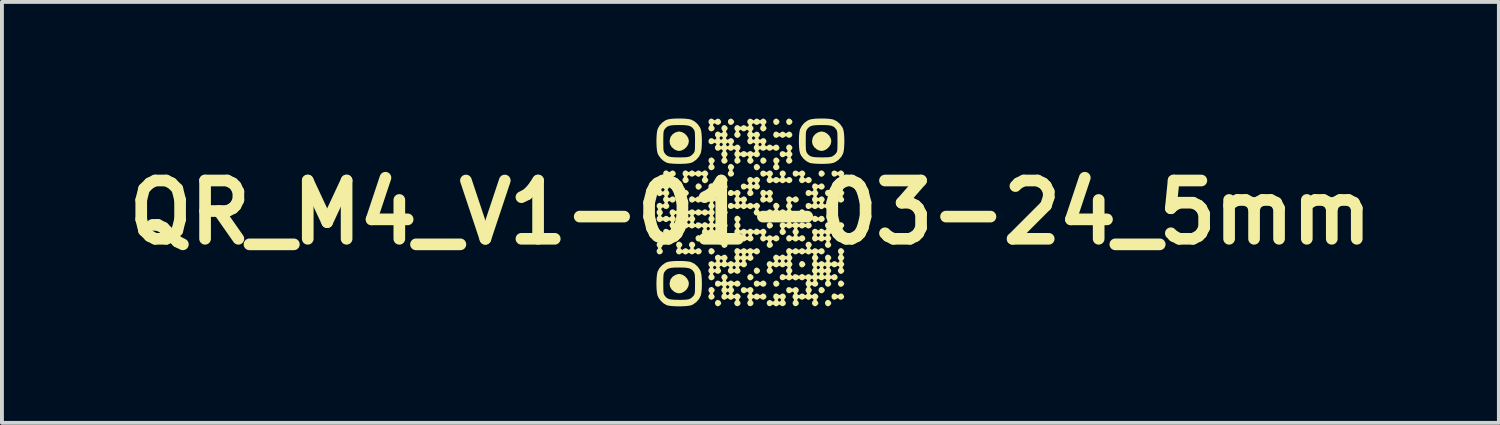
<source format=kicad_pcb>
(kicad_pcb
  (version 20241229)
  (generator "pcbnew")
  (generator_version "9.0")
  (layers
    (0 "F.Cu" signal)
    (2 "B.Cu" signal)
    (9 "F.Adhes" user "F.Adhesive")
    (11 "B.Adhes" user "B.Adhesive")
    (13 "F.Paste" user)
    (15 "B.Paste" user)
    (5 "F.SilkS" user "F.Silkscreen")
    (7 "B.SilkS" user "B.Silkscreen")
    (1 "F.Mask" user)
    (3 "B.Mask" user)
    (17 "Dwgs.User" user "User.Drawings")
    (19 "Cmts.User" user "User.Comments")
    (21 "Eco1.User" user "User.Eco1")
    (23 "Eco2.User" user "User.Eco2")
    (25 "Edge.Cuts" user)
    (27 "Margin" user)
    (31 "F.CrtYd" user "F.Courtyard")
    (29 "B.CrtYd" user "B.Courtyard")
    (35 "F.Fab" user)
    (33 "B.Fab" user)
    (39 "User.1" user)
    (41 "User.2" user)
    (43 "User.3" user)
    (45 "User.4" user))
  (footprint "QR_M4_V1-01-03-24_5mm"
    (layer "F.Cu")
    (at 16.264 2.418)
    (property "Reference" "QR_M4_V1-01-03-24_5mm" (at 0 0 0) (layer "F.SilkS") (effects (font (size 1.5 1.5) (thickness 0.3))))
    (attr board_only exclude_from_pos_files exclude_from_bom)
    (fp_poly (pts (xy 0.697 1.76) (xy 0.722 1.78) (xy 0.748 1.825) (xy 0.74 1.866) (xy 0.72 1.889) (xy 0.674 1.914) (xy 0.63 1.906) (xy 0.61 1.89) (xy 0.586 1.846) (xy 0.592 1.8) (xy 0.61 1.776) (xy 0.653 1.752)) (stroke (width 0) (type solid)) (fill yes) (layer "F.SilkS"))
    (fp_poly (pts (xy -1.798 -0.736) (xy -1.765 -0.704) (xy -1.75 -0.666) (xy -1.75 -0.664) (xy -1.764 -0.63) (xy -1.796 -0.6) (xy -1.833 -0.584) (xy -1.838 -0.583) (xy -1.87 -0.594) (xy -1.89 -0.61) (xy -1.912 -0.651) (xy -1.909 -0.695) (xy -1.884 -0.732) (xy -1.843 -0.75) (xy -1.835 -0.75)) (stroke (width 0) (type solid)) (fill yes) (layer "F.SilkS"))
    (fp_poly (pts (xy -1.631 -0.57) (xy -1.599 -0.537) (xy -1.583 -0.5) (xy -1.583 -0.497) (xy -1.597 -0.464) (xy -1.629 -0.433) (xy -1.666 -0.417) (xy -1.671 -0.417) (xy -1.704 -0.428) (xy -1.724 -0.443) (xy -1.746 -0.484) (xy -1.742 -0.528) (xy -1.718 -0.565) (xy -1.676 -0.583) (xy -1.668 -0.583)) (stroke (width 0) (type solid)) (fill yes) (layer "F.SilkS"))
    (fp_poly (pts (xy -1.298 -0.736) (xy -1.265 -0.704) (xy -1.25 -0.666) (xy -1.25 -0.664) (xy -1.264 -0.63) (xy -1.296 -0.6) (xy -1.333 -0.584) (xy -1.338 -0.583) (xy -1.37 -0.594) (xy -1.39 -0.61) (xy -1.412 -0.651) (xy -1.409 -0.695) (xy -1.384 -0.732) (xy -1.343 -0.75) (xy -1.335 -0.75)) (stroke (width 0) (type solid)) (fill yes) (layer "F.SilkS"))
    (fp_poly (pts (xy -1.298 0.597) (xy -1.265 0.629) (xy -1.25 0.667) (xy -1.25 0.67) (xy -1.264 0.703) (xy -1.296 0.734) (xy -1.333 0.75) (xy -1.338 0.75) (xy -1.37 0.739) (xy -1.39 0.724) (xy -1.412 0.683) (xy -1.409 0.638) (xy -1.384 0.602) (xy -1.343 0.584) (xy -1.335 0.583)) (stroke (width 0) (type solid)) (fill yes) (layer "F.SilkS"))
    (fp_poly (pts (xy -0.965 -0.736) (xy -0.932 -0.704) (xy -0.917 -0.666) (xy -0.917 -0.664) (xy -0.93 -0.63) (xy -0.962 -0.6) (xy -0.999 -0.584) (xy -1.004 -0.583) (xy -1.037 -0.594) (xy -1.057 -0.61) (xy -1.079 -0.651) (xy -1.076 -0.695) (xy -1.051 -0.732) (xy -1.01 -0.75) (xy -1.001 -0.75)) (stroke (width 0) (type solid)) (fill yes) (layer "F.SilkS"))
    (fp_poly (pts (xy -0.965 0.93) (xy -0.932 0.963) (xy -0.917 1) (xy -0.917 1.003) (xy -0.93 1.036) (xy -0.962 1.067) (xy -0.999 1.083) (xy -1.004 1.083) (xy -1.037 1.072) (xy -1.057 1.057) (xy -1.079 1.016) (xy -1.076 0.972) (xy -1.051 0.935) (xy -1.01 0.917) (xy -1.001 0.917)) (stroke (width 0) (type solid)) (fill yes) (layer "F.SilkS"))
    (fp_poly (pts (xy -0.798 2.264) (xy -0.765 2.296) (xy -0.75 2.334) (xy -0.75 2.336) (xy -0.764 2.37) (xy -0.796 2.4) (xy -0.833 2.416) (xy -0.838 2.417) (xy -0.87 2.406) (xy -0.89 2.39) (xy -0.912 2.349) (xy -0.909 2.305) (xy -0.884 2.268) (xy -0.843 2.25) (xy -0.835 2.25)) (stroke (width 0) (type solid)) (fill yes) (layer "F.SilkS"))
    (fp_poly (pts (xy -0.631 -0.07) (xy -0.599 -0.037) (xy -0.583 0.000213) (xy -0.583 0.003) (xy -0.597 0.036) (xy -0.629 0.067) (xy -0.666 0.083) (xy -0.671 0.083) (xy -0.704 0.072) (xy -0.724 0.057) (xy -0.746 0.016) (xy -0.742 -0.028) (xy -0.718 -0.065) (xy -0.676 -0.083) (xy -0.668 -0.083)) (stroke (width 0) (type solid)) (fill yes) (layer "F.SilkS"))
    (fp_poly (pts (xy -0.465 -2.403) (xy -0.432 -2.371) (xy -0.417 -2.333) (xy -0.417 -2.33) (xy -0.43 -2.297) (xy -0.462 -2.266) (xy -0.499 -2.25) (xy -0.504 -2.25) (xy -0.537 -2.261) (xy -0.557 -2.276) (xy -0.579 -2.317) (xy -0.576 -2.362) (xy -0.551 -2.398) (xy -0.51 -2.416) (xy -0.501 -2.417)) (stroke (width 0) (type solid)) (fill yes) (layer "F.SilkS"))
    (fp_poly (pts (xy 0.035 1.597) (xy 0.068 1.629) (xy 0.083 1.667) (xy 0.083 1.67) (xy 0.07 1.703) (xy 0.038 1.734) (xy 0.001 1.75) (xy -0.004 1.75) (xy -0.037 1.739) (xy -0.057 1.724) (xy -0.079 1.683) (xy -0.076 1.638) (xy -0.051 1.602) (xy -0.01 1.584) (xy -0.001 1.583)) (stroke (width 0) (type solid)) (fill yes) (layer "F.SilkS"))
    (fp_poly (pts (xy 0.202 -1.236) (xy 0.235 -1.204) (xy 0.25 -1.166) (xy 0.25 -1.164) (xy 0.236 -1.13) (xy 0.204 -1.1) (xy 0.167 -1.084) (xy 0.162 -1.083) (xy 0.13 -1.094) (xy 0.11 -1.11) (xy 0.088 -1.151) (xy 0.091 -1.195) (xy 0.116 -1.232) (xy 0.157 -1.25) (xy 0.165 -1.25)) (stroke (width 0) (type solid)) (fill yes) (layer "F.SilkS"))
    (fp_poly (pts (xy 0.202 1.43) (xy 0.235 1.463) (xy 0.25 1.5) (xy 0.25 1.503) (xy 0.236 1.536) (xy 0.204 1.567) (xy 0.167 1.583) (xy 0.162 1.583) (xy 0.13 1.572) (xy 0.11 1.557) (xy 0.088 1.516) (xy 0.091 1.472) (xy 0.116 1.435) (xy 0.157 1.417) (xy 0.165 1.417)) (stroke (width 0) (type solid)) (fill yes) (layer "F.SilkS"))
    (fp_poly (pts (xy 0.369 -1.403) (xy 0.401 -1.371) (xy 0.417 -1.333) (xy 0.417 -1.33) (xy 0.403 -1.297) (xy 0.371 -1.266) (xy 0.334 -1.25) (xy 0.329 -1.25) (xy 0.296 -1.261) (xy 0.276 -1.276) (xy 0.254 -1.317) (xy 0.258 -1.362) (xy 0.282 -1.398) (xy 0.324 -1.416) (xy 0.332 -1.417)) (stroke (width 0) (type solid)) (fill yes) (layer "F.SilkS"))
    (fp_poly (pts (xy 0.369 0.097) (xy 0.401 0.129) (xy 0.417 0.167) (xy 0.417 0.17) (xy 0.403 0.203) (xy 0.371 0.234) (xy 0.334 0.25) (xy 0.329 0.25) (xy 0.296 0.239) (xy 0.276 0.224) (xy 0.254 0.183) (xy 0.258 0.138) (xy 0.282 0.102) (xy 0.324 0.084) (xy 0.332 0.083)) (stroke (width 0) (type solid)) (fill yes) (layer "F.SilkS"))
    (fp_poly (pts (xy 0.535 0.264) (xy 0.568 0.296) (xy 0.583 0.334) (xy 0.583 0.336) (xy 0.57 0.37) (xy 0.538 0.4) (xy 0.501 0.416) (xy 0.496 0.417) (xy 0.463 0.406) (xy 0.443 0.39) (xy 0.421 0.349) (xy 0.424 0.305) (xy 0.449 0.268) (xy 0.49 0.25) (xy 0.499 0.25)) (stroke (width 0) (type solid)) (fill yes) (layer "F.SilkS"))
    (fp_poly (pts (xy 0.702 -2.403) (xy 0.735 -2.371) (xy 0.75 -2.333) (xy 0.75 -2.33) (xy 0.736 -2.297) (xy 0.704 -2.266) (xy 0.667 -2.25) (xy 0.662 -2.25) (xy 0.63 -2.261) (xy 0.61 -2.276) (xy 0.588 -2.317) (xy 0.591 -2.362) (xy 0.616 -2.398) (xy 0.657 -2.416) (xy 0.665 -2.417)) (stroke (width 0) (type solid)) (fill yes) (layer "F.SilkS"))
    (fp_poly (pts (xy 1.035 -2.403) (xy 1.068 -2.371) (xy 1.083 -2.333) (xy 1.083 -2.33) (xy 1.07 -2.297) (xy 1.038 -2.266) (xy 1.001 -2.25) (xy 0.996 -2.25) (xy 0.963 -2.261) (xy 0.943 -2.276) (xy 0.921 -2.317) (xy 0.924 -2.362) (xy 0.949 -2.398) (xy 0.99 -2.416) (xy 0.999 -2.417)) (stroke (width 0) (type solid)) (fill yes) (layer "F.SilkS"))
    (fp_poly (pts (xy 1.369 -0.07) (xy 1.401 -0.037) (xy 1.417 0.000213) (xy 1.417 0.003) (xy 1.403 0.036) (xy 1.371 0.067) (xy 1.334 0.083) (xy 1.329 0.083) (xy 1.296 0.072) (xy 1.276 0.057) (xy 1.254 0.016) (xy 1.258 -0.028) (xy 1.282 -0.065) (xy 1.324 -0.083) (xy 1.332 -0.083)) (stroke (width 0) (type solid)) (fill yes) (layer "F.SilkS"))
    (fp_poly (pts (xy 1.369 1.264) (xy 1.401 1.296) (xy 1.417 1.334) (xy 1.417 1.336) (xy 1.403 1.37) (xy 1.371 1.4) (xy 1.334 1.416) (xy 1.329 1.417) (xy 1.296 1.406) (xy 1.276 1.39) (xy 1.254 1.349) (xy 1.258 1.305) (xy 1.282 1.268) (xy 1.324 1.25) (xy 1.332 1.25)) (stroke (width 0) (type solid)) (fill yes) (layer "F.SilkS"))
    (fp_poly (pts (xy 1.869 -1.07) (xy 1.901 -1.037) (xy 1.917 -1) (xy 1.917 -0.997) (xy 1.903 -0.964) (xy 1.871 -0.933) (xy 1.834 -0.917) (xy 1.829 -0.917) (xy 1.796 -0.928) (xy 1.776 -0.943) (xy 1.754 -0.984) (xy 1.758 -1.028) (xy 1.782 -1.065) (xy 1.824 -1.083) (xy 1.832 -1.083)) (stroke (width 0) (type solid)) (fill yes) (layer "F.SilkS"))
    (fp_poly (pts (xy 1.869 1.93) (xy 1.901 1.963) (xy 1.917 2) (xy 1.917 2.003) (xy 1.903 2.036) (xy 1.871 2.067) (xy 1.834 2.083) (xy 1.829 2.083) (xy 1.796 2.072) (xy 1.776 2.057) (xy 1.754 2.016) (xy 1.758 1.972) (xy 1.782 1.935) (xy 1.824 1.917) (xy 1.832 1.917)) (stroke (width 0) (type solid)) (fill yes) (layer "F.SilkS"))
    (fp_poly (pts (xy 2.035 -0.57) (xy 2.068 -0.537) (xy 2.083 -0.5) (xy 2.083 -0.497) (xy 2.07 -0.464) (xy 2.038 -0.433) (xy 2.001 -0.417) (xy 1.996 -0.417) (xy 1.963 -0.428) (xy 1.943 -0.443) (xy 1.921 -0.484) (xy 1.924 -0.528) (xy 1.949 -0.565) (xy 1.99 -0.583) (xy 1.999 -0.583)) (stroke (width 0) (type solid)) (fill yes) (layer "F.SilkS"))
    (fp_poly (pts (xy 2.035 2.264) (xy 2.068 2.296) (xy 2.083 2.334) (xy 2.083 2.336) (xy 2.07 2.37) (xy 2.038 2.4) (xy 2.001 2.416) (xy 1.996 2.417) (xy 1.963 2.406) (xy 1.943 2.39) (xy 1.921 2.349) (xy 1.924 2.305) (xy 1.949 2.268) (xy 1.99 2.25) (xy 1.999 2.25)) (stroke (width 0) (type solid)) (fill yes) (layer "F.SilkS"))
    (fp_poly (pts (xy 2.369 1.764) (xy 2.401 1.796) (xy 2.417 1.834) (xy 2.417 1.836) (xy 2.403 1.87) (xy 2.371 1.9) (xy 2.334 1.916) (xy 2.329 1.917) (xy 2.296 1.906) (xy 2.276 1.89) (xy 2.254 1.849) (xy 2.258 1.805) (xy 2.282 1.768) (xy 2.324 1.75) (xy 2.332 1.75)) (stroke (width 0) (type solid)) (fill yes) (layer "F.SilkS"))
    (fp_poly (pts (xy -1.758 -2.068) (xy -1.688 -2.027) (xy -1.631 -1.967) (xy -1.594 -1.895) (xy -1.583 -1.833) (xy -1.599 -1.758) (xy -1.64 -1.688) (xy -1.701 -1.631) (xy -1.773 -1.594) (xy -1.836 -1.583) (xy -1.886 -1.592) (xy -1.942 -1.614) (xy -1.957 -1.623) (xy -2.027 -1.683) (xy -2.069 -1.757) (xy -2.08 -1.84) (xy -2.06 -1.927) (xy -2.05 -1.95) (xy -2.001 -2.013) (xy -1.932 -2.059) (xy -1.854 -2.082) (xy -1.832 -2.083)) (stroke (width 0) (type solid)) (fill yes) (layer "F.SilkS"))
    (fp_poly (pts (xy -1.758 1.599) (xy -1.688 1.64) (xy -1.631 1.7) (xy -1.594 1.771) (xy -1.583 1.833) (xy -1.599 1.909) (xy -1.64 1.979) (xy -1.701 2.036) (xy -1.773 2.073) (xy -1.836 2.083) (xy -1.886 2.074) (xy -1.942 2.052) (xy -1.957 2.044) (xy -2.027 1.984) (xy -2.069 1.91) (xy -2.08 1.827) (xy -2.06 1.739) (xy -2.05 1.716) (xy -2.001 1.654) (xy -1.932 1.608) (xy -1.854 1.585) (xy -1.832 1.583)) (stroke (width 0) (type solid)) (fill yes) (layer "F.SilkS"))
    (fp_poly (pts (xy 1.909 -2.068) (xy 1.979 -2.027) (xy 2.036 -1.967) (xy 2.073 -1.895) (xy 2.083 -1.833) (xy 2.068 -1.758) (xy 2.026 -1.688) (xy 1.966 -1.631) (xy 1.894 -1.594) (xy 1.831 -1.583) (xy 1.781 -1.592) (xy 1.725 -1.614) (xy 1.71 -1.623) (xy 1.64 -1.683) (xy 1.598 -1.757) (xy 1.586 -1.84) (xy 1.606 -1.927) (xy 1.617 -1.95) (xy 1.666 -2.013) (xy 1.735 -2.059) (xy 1.812 -2.082) (xy 1.835 -2.083)) (stroke (width 0) (type solid)) (fill yes) (layer "F.SilkS"))
    (fp_poly (pts (xy -2.303 0.76) (xy -2.278 0.78) (xy -2.253 0.822) (xy -2.26 0.862) (xy -2.278 0.886) (xy -2.296 0.912) (xy -2.29 0.932) (xy -2.278 0.947) (xy -2.252 0.991) (xy -2.26 1.032) (xy -2.28 1.056) (xy -2.326 1.081) (xy -2.37 1.073) (xy -2.39 1.057) (xy -2.414 1.013) (xy -2.408 0.966) (xy -2.39 0.943) (xy -2.373 0.92) (xy -2.382 0.9) (xy -2.39 0.89) (xy -2.414 0.846) (xy -2.408 0.8) (xy -2.39 0.776) (xy -2.347 0.752)) (stroke (width 0) (type solid)) (fill yes) (layer "F.SilkS"))
    (fp_poly (pts (xy 0.197 1.761) (xy 0.219 1.777) (xy 0.244 1.795) (xy 0.263 1.788) (xy 0.275 1.777) (xy 0.319 1.752) (xy 0.364 1.76) (xy 0.389 1.78) (xy 0.414 1.825) (xy 0.406 1.866) (xy 0.386 1.889) (xy 0.341 1.914) (xy 0.297 1.906) (xy 0.275 1.89) (xy 0.252 1.872) (xy 0.232 1.878) (xy 0.219 1.89) (xy 0.173 1.914) (xy 0.129 1.906) (xy 0.11 1.89) (xy 0.086 1.846) (xy 0.092 1.8) (xy 0.11 1.776) (xy 0.152 1.752)) (stroke (width 0) (type solid)) (fill yes) (layer "F.SilkS"))
    (fp_poly (pts (xy -2.138 -1.073) (xy -2.115 -1.056) (xy -2.09 -1.038) (xy -2.07 -1.045) (xy -2.058 -1.056) (xy -2.014 -1.081) (xy -1.97 -1.073) (xy -1.944 -1.053) (xy -1.919 -1.009) (xy -1.927 -0.968) (xy -1.947 -0.944) (xy -1.993 -0.919) (xy -2.037 -0.927) (xy -2.058 -0.944) (xy -2.081 -0.962) (xy -2.101 -0.955) (xy -2.115 -0.944) (xy -2.16 -0.919) (xy -2.204 -0.927) (xy -2.224 -0.943) (xy -2.245 -0.983) (xy -2.242 -1.028) (xy -2.219 -1.064) (xy -2.18 -1.083) (xy -2.171 -1.083)) (stroke (width 0) (type solid)) (fill yes) (layer "F.SilkS"))
    (fp_poly (pts (xy -1.471 -0.406) (xy -1.448 -0.39) (xy -1.423 -0.372) (xy -1.403 -0.378) (xy -1.391 -0.39) (xy -1.348 -0.414) (xy -1.303 -0.407) (xy -1.278 -0.386) (xy -1.252 -0.342) (xy -1.26 -0.301) (xy -1.28 -0.278) (xy -1.326 -0.252) (xy -1.37 -0.26) (xy -1.391 -0.277) (xy -1.414 -0.295) (xy -1.435 -0.288) (xy -1.448 -0.277) (xy -1.493 -0.252) (xy -1.537 -0.261) (xy -1.557 -0.276) (xy -1.579 -0.317) (xy -1.576 -0.361) (xy -1.552 -0.398) (xy -1.513 -0.416) (xy -1.504 -0.417)) (stroke (width 0) (type solid)) (fill yes) (layer "F.SilkS"))
    (fp_poly (pts (xy 1.695 0.094) (xy 1.719 0.11) (xy 1.744 0.128) (xy 1.763 0.122) (xy 1.775 0.11) (xy 1.819 0.086) (xy 1.864 0.093) (xy 1.889 0.114) (xy 1.914 0.158) (xy 1.906 0.199) (xy 1.886 0.222) (xy 1.841 0.248) (xy 1.797 0.24) (xy 1.775 0.223) (xy 1.752 0.205) (xy 1.732 0.212) (xy 1.719 0.223) (xy 1.673 0.248) (xy 1.629 0.239) (xy 1.61 0.224) (xy 1.588 0.183) (xy 1.591 0.139) (xy 1.614 0.102) (xy 1.654 0.084) (xy 1.662 0.083)) (stroke (width 0) (type solid)) (fill yes) (layer "F.SilkS"))
    (fp_poly (pts (xy 2.195 2.094) (xy 2.219 2.11) (xy 2.244 2.128) (xy 2.263 2.122) (xy 2.275 2.11) (xy 2.319 2.086) (xy 2.364 2.093) (xy 2.389 2.114) (xy 2.414 2.158) (xy 2.406 2.199) (xy 2.386 2.222) (xy 2.341 2.248) (xy 2.297 2.24) (xy 2.275 2.223) (xy 2.252 2.205) (xy 2.232 2.212) (xy 2.219 2.223) (xy 2.173 2.248) (xy 2.129 2.239) (xy 2.11 2.224) (xy 2.088 2.183) (xy 2.091 2.139) (xy 2.114 2.102) (xy 2.154 2.084) (xy 2.162 2.083)) (stroke (width 0) (type solid)) (fill yes) (layer "F.SilkS"))
    (fp_poly (pts (xy -0.966 -1.403) (xy -0.933 -1.372) (xy -0.917 -1.337) (xy -0.917 -1.333) (xy -0.927 -1.304) (xy -0.944 -1.28) (xy -0.963 -1.255) (xy -0.957 -1.234) (xy -0.944 -1.22) (xy -0.919 -1.175) (xy -0.927 -1.134) (xy -0.947 -1.111) (xy -0.993 -1.086) (xy -1.037 -1.094) (xy -1.057 -1.11) (xy -1.079 -1.144) (xy -1.083 -1.167) (xy -1.072 -1.203) (xy -1.057 -1.224) (xy -1.04 -1.247) (xy -1.048 -1.267) (xy -1.057 -1.276) (xy -1.079 -1.317) (xy -1.076 -1.362) (xy -1.051 -1.398) (xy -1.01 -1.416) (xy -1.001 -1.417)) (stroke (width 0) (type solid)) (fill yes) (layer "F.SilkS"))
    (fp_poly (pts (xy -0.966 1.93) (xy -0.933 1.961) (xy -0.917 1.997) (xy -0.917 2) (xy -0.927 2.029) (xy -0.944 2.053) (xy -0.963 2.078) (xy -0.957 2.099) (xy -0.944 2.114) (xy -0.919 2.158) (xy -0.927 2.199) (xy -0.947 2.222) (xy -0.993 2.248) (xy -1.037 2.24) (xy -1.057 2.224) (xy -1.079 2.189) (xy -1.083 2.167) (xy -1.072 2.13) (xy -1.057 2.11) (xy -1.04 2.086) (xy -1.048 2.066) (xy -1.057 2.057) (xy -1.079 2.016) (xy -1.076 1.972) (xy -1.051 1.935) (xy -1.01 1.917) (xy -1.001 1.917)) (stroke (width 0) (type solid)) (fill yes) (layer "F.SilkS"))
    (fp_poly (pts (xy -0.632 -0.903) (xy -0.6 -0.872) (xy -0.584 -0.837) (xy -0.583 -0.833) (xy -0.594 -0.804) (xy -0.611 -0.78) (xy -0.629 -0.755) (xy -0.623 -0.734) (xy -0.611 -0.72) (xy -0.586 -0.675) (xy -0.594 -0.634) (xy -0.614 -0.611) (xy -0.66 -0.586) (xy -0.703 -0.594) (xy -0.724 -0.61) (xy -0.745 -0.644) (xy -0.75 -0.667) (xy -0.739 -0.703) (xy -0.724 -0.724) (xy -0.706 -0.747) (xy -0.715 -0.767) (xy -0.724 -0.776) (xy -0.746 -0.817) (xy -0.742 -0.862) (xy -0.718 -0.898) (xy -0.676 -0.916) (xy -0.668 -0.917)) (stroke (width 0) (type solid)) (fill yes) (layer "F.SilkS"))
    (fp_poly (pts (xy -0.466 -1.237) (xy -0.433 -1.206) (xy -0.417 -1.17) (xy -0.417 -1.167) (xy -0.427 -1.138) (xy -0.444 -1.114) (xy -0.463 -1.088) (xy -0.457 -1.068) (xy -0.444 -1.053) (xy -0.419 -1.009) (xy -0.427 -0.968) (xy -0.447 -0.944) (xy -0.493 -0.919) (xy -0.537 -0.927) (xy -0.557 -0.943) (xy -0.579 -0.978) (xy -0.583 -1) (xy -0.572 -1.037) (xy -0.557 -1.057) (xy -0.54 -1.08) (xy -0.548 -1.1) (xy -0.557 -1.11) (xy -0.579 -1.151) (xy -0.576 -1.195) (xy -0.551 -1.232) (xy -0.51 -1.25) (xy -0.501 -1.25)) (stroke (width 0) (type solid)) (fill yes) (layer "F.SilkS"))
    (fp_poly (pts (xy 0.701 -1.403) (xy 0.734 -1.372) (xy 0.75 -1.337) (xy 0.75 -1.333) (xy 0.74 -1.304) (xy 0.722 -1.28) (xy 0.704 -1.255) (xy 0.71 -1.234) (xy 0.722 -1.22) (xy 0.748 -1.175) (xy 0.74 -1.134) (xy 0.72 -1.111) (xy 0.674 -1.086) (xy 0.63 -1.094) (xy 0.61 -1.11) (xy 0.588 -1.144) (xy 0.583 -1.167) (xy 0.595 -1.203) (xy 0.61 -1.224) (xy 0.627 -1.247) (xy 0.618 -1.267) (xy 0.61 -1.276) (xy 0.588 -1.317) (xy 0.591 -1.362) (xy 0.616 -1.398) (xy 0.657 -1.416) (xy 0.665 -1.417)) (stroke (width 0) (type solid)) (fill yes) (layer "F.SilkS"))
    (fp_poly (pts (xy 0.695 -2.073) (xy 0.719 -2.056) (xy 0.744 -2.038) (xy 0.763 -2.045) (xy 0.775 -2.056) (xy 0.818 -2.081) (xy 0.863 -2.073) (xy 0.885 -2.056) (xy 0.91 -2.038) (xy 0.93 -2.045) (xy 0.942 -2.056) (xy 0.986 -2.081) (xy 1.03 -2.073) (xy 1.056 -2.053) (xy 1.081 -2.009) (xy 1.073 -1.968) (xy 1.053 -1.944) (xy 1.007 -1.919) (xy 0.963 -1.927) (xy 0.942 -1.944) (xy 0.919 -1.962) (xy 0.899 -1.955) (xy 0.885 -1.944) (xy 0.84 -1.919) (xy 0.796 -1.927) (xy 0.775 -1.944) (xy 0.752 -1.962) (xy 0.732 -1.955) (xy 0.719 -1.944) (xy 0.673 -1.919) (xy 0.629 -1.927) (xy 0.61 -1.943) (xy 0.588 -1.983) (xy 0.591 -2.028) (xy 0.614 -2.064) (xy 0.654 -2.083) (xy 0.662 -2.083)) (stroke (width 0) (type solid)) (fill yes) (layer "F.SilkS"))
    (fp_poly (pts (xy -0.971 -2.406) (xy -0.948 -2.39) (xy -0.923 -2.372) (xy -0.903 -2.378) (xy -0.891 -2.39) (xy -0.848 -2.414) (xy -0.803 -2.407) (xy -0.778 -2.386) (xy -0.752 -2.342) (xy -0.76 -2.301) (xy -0.78 -2.278) (xy -0.826 -2.252) (xy -0.87 -2.26) (xy -0.892 -2.277) (xy -0.915 -2.296) (xy -0.935 -2.289) (xy -0.946 -2.278) (xy -0.964 -2.255) (xy -0.957 -2.235) (xy -0.945 -2.22) (xy -0.919 -2.176) (xy -0.927 -2.135) (xy -0.947 -2.111) (xy -0.993 -2.086) (xy -1.037 -2.094) (xy -1.057 -2.11) (xy -1.079 -2.144) (xy -1.083 -2.167) (xy -1.072 -2.203) (xy -1.057 -2.224) (xy -1.04 -2.247) (xy -1.048 -2.267) (xy -1.057 -2.276) (xy -1.079 -2.317) (xy -1.076 -2.361) (xy -1.052 -2.398) (xy -1.013 -2.416) (xy -1.004 -2.417)) (stroke (width 0) (type solid)) (fill yes) (layer "F.SilkS"))
    (fp_poly (pts (xy 1.364 -1.073) (xy 1.389 -1.053) (xy 1.414 -1.011) (xy 1.407 -0.971) (xy 1.389 -0.947) (xy 1.37 -0.921) (xy 1.375 -0.902) (xy 1.387 -0.889) (xy 1.41 -0.871) (xy 1.43 -0.878) (xy 1.442 -0.889) (xy 1.485 -0.914) (xy 1.53 -0.907) (xy 1.556 -0.886) (xy 1.581 -0.842) (xy 1.573 -0.801) (xy 1.553 -0.778) (xy 1.507 -0.752) (xy 1.463 -0.76) (xy 1.442 -0.777) (xy 1.419 -0.795) (xy 1.399 -0.788) (xy 1.385 -0.777) (xy 1.34 -0.752) (xy 1.296 -0.761) (xy 1.276 -0.776) (xy 1.255 -0.811) (xy 1.25 -0.833) (xy 1.261 -0.87) (xy 1.276 -0.89) (xy 1.294 -0.913) (xy 1.285 -0.933) (xy 1.275 -0.944) (xy 1.253 -0.961) (xy 1.233 -0.955) (xy 1.217 -0.942) (xy 1.174 -0.92) (xy 1.133 -0.926) (xy 1.101 -0.953) (xy 1.087 -0.995) (xy 1.092 -1.033) (xy 1.117 -1.066) (xy 1.158 -1.079) (xy 1.201 -1.069) (xy 1.217 -1.058) (xy 1.242 -1.039) (xy 1.262 -1.044) (xy 1.275 -1.056) (xy 1.319 -1.081)) (stroke (width 0) (type solid)) (fill yes) (layer "F.SilkS"))
    (fp_poly (pts (xy 1.034 -1.737) (xy 1.067 -1.706) (xy 1.083 -1.67) (xy 1.083 -1.667) (xy 1.073 -1.638) (xy 1.056 -1.614) (xy 1.037 -1.588) (xy 1.043 -1.568) (xy 1.056 -1.553) (xy 1.077 -1.521) (xy 1.083 -1.5) (xy 1.073 -1.471) (xy 1.056 -1.447) (xy 1.037 -1.422) (xy 1.043 -1.401) (xy 1.056 -1.386) (xy 1.081 -1.342) (xy 1.073 -1.301) (xy 1.053 -1.278) (xy 1.007 -1.252) (xy 0.963 -1.26) (xy 0.943 -1.276) (xy 0.921 -1.311) (xy 0.917 -1.333) (xy 0.928 -1.37) (xy 0.943 -1.39) (xy 0.96 -1.413) (xy 0.952 -1.433) (xy 0.942 -1.444) (xy 0.92 -1.461) (xy 0.899 -1.455) (xy 0.883 -1.442) (xy 0.841 -1.42) (xy 0.8 -1.426) (xy 0.768 -1.453) (xy 0.754 -1.495) (xy 0.758 -1.533) (xy 0.784 -1.566) (xy 0.825 -1.579) (xy 0.868 -1.569) (xy 0.883 -1.558) (xy 0.909 -1.539) (xy 0.928 -1.544) (xy 0.942 -1.556) (xy 0.96 -1.58) (xy 0.952 -1.6) (xy 0.943 -1.61) (xy 0.921 -1.651) (xy 0.924 -1.695) (xy 0.949 -1.732) (xy 0.99 -1.75) (xy 0.999 -1.75)) (stroke (width 0) (type solid)) (fill yes) (layer "F.SilkS"))
    (fp_poly (pts (xy 0.534 -0.57) (xy 0.567 -0.539) (xy 0.583 -0.503) (xy 0.583 -0.5) (xy 0.573 -0.471) (xy 0.556 -0.447) (xy 0.537 -0.422) (xy 0.543 -0.401) (xy 0.556 -0.386) (xy 0.581 -0.342) (xy 0.573 -0.301) (xy 0.553 -0.278) (xy 0.507 -0.252) (xy 0.463 -0.26) (xy 0.442 -0.277) (xy 0.419 -0.295) (xy 0.399 -0.288) (xy 0.385 -0.277) (xy 0.34 -0.252) (xy 0.296 -0.261) (xy 0.276 -0.276) (xy 0.255 -0.311) (xy 0.25 -0.333) (xy 0.261 -0.37) (xy 0.276 -0.39) (xy 0.294 -0.414) (xy 0.291 -0.42) (xy 0.37 -0.42) (xy 0.38 -0.395) (xy 0.383 -0.393) (xy 0.405 -0.37) (xy 0.424 -0.373) (xy 0.444 -0.392) (xy 0.46 -0.414) (xy 0.451 -0.435) (xy 0.442 -0.444) (xy 0.418 -0.462) (xy 0.399 -0.455) (xy 0.388 -0.445) (xy 0.37 -0.42) (xy 0.291 -0.42) (xy 0.285 -0.434) (xy 0.276 -0.443) (xy 0.255 -0.483) (xy 0.258 -0.528) (xy 0.281 -0.564) (xy 0.32 -0.583) (xy 0.329 -0.583) (xy 0.362 -0.573) (xy 0.385 -0.556) (xy 0.41 -0.538) (xy 0.43 -0.545) (xy 0.442 -0.556) (xy 0.476 -0.578) (xy 0.499 -0.583)) (stroke (width 0) (type solid)) (fill yes) (layer "F.SilkS"))
    (fp_poly (pts (xy 0.695 2.094) (xy 0.719 2.11) (xy 0.744 2.128) (xy 0.763 2.122) (xy 0.775 2.11) (xy 0.819 2.086) (xy 0.864 2.093) (xy 0.889 2.114) (xy 0.914 2.156) (xy 0.907 2.196) (xy 0.889 2.22) (xy 0.871 2.245) (xy 0.877 2.266) (xy 0.889 2.28) (xy 0.914 2.325) (xy 0.906 2.366) (xy 0.886 2.389) (xy 0.841 2.414) (xy 0.797 2.406) (xy 0.775 2.39) (xy 0.752 2.372) (xy 0.732 2.378) (xy 0.719 2.39) (xy 0.685 2.411) (xy 0.662 2.417) (xy 0.63 2.406) (xy 0.609 2.39) (xy 0.586 2.372) (xy 0.565 2.378) (xy 0.552 2.39) (xy 0.507 2.414) (xy 0.463 2.406) (xy 0.443 2.39) (xy 0.419 2.346) (xy 0.426 2.3) (xy 0.443 2.276) (xy 0.485 2.252) (xy 0.53 2.261) (xy 0.552 2.277) (xy 0.577 2.295) (xy 0.597 2.288) (xy 0.609 2.277) (xy 0.627 2.254) (xy 0.624 2.247) (xy 0.704 2.247) (xy 0.714 2.271) (xy 0.716 2.274) (xy 0.738 2.296) (xy 0.757 2.293) (xy 0.777 2.275) (xy 0.793 2.253) (xy 0.784 2.232) (xy 0.775 2.223) (xy 0.752 2.204) (xy 0.732 2.212) (xy 0.721 2.222) (xy 0.704 2.247) (xy 0.624 2.247) (xy 0.619 2.234) (xy 0.61 2.224) (xy 0.588 2.183) (xy 0.591 2.139) (xy 0.614 2.102) (xy 0.654 2.084) (xy 0.662 2.083)) (stroke (width 0) (type solid)) (fill yes) (layer "F.SilkS"))
    (fp_poly (pts (xy 0.03 1.927) (xy 0.056 1.947) (xy 0.081 1.989) (xy 0.074 2.029) (xy 0.055 2.053) (xy 0.037 2.079) (xy 0.042 2.098) (xy 0.054 2.111) (xy 0.077 2.129) (xy 0.097 2.122) (xy 0.108 2.111) (xy 0.151 2.086) (xy 0.196 2.094) (xy 0.219 2.11) (xy 0.244 2.128) (xy 0.263 2.122) (xy 0.275 2.11) (xy 0.319 2.086) (xy 0.364 2.093) (xy 0.389 2.114) (xy 0.414 2.158) (xy 0.406 2.199) (xy 0.386 2.222) (xy 0.341 2.248) (xy 0.297 2.24) (xy 0.275 2.223) (xy 0.252 2.205) (xy 0.232 2.212) (xy 0.219 2.223) (xy 0.173 2.248) (xy 0.129 2.239) (xy 0.108 2.223) (xy 0.085 2.204) (xy 0.065 2.211) (xy 0.054 2.222) (xy 0.036 2.245) (xy 0.043 2.265) (xy 0.055 2.28) (xy 0.081 2.324) (xy 0.073 2.365) (xy 0.053 2.389) (xy 0.007 2.414) (xy -0.037 2.406) (xy -0.057 2.39) (xy -0.081 2.346) (xy -0.074 2.3) (xy -0.057 2.276) (xy -0.04 2.253) (xy -0.048 2.233) (xy -0.057 2.224) (xy -0.079 2.189) (xy -0.083 2.167) (xy -0.072 2.13) (xy -0.057 2.11) (xy -0.04 2.087) (xy -0.048 2.067) (xy -0.058 2.056) (xy -0.08 2.039) (xy -0.101 2.045) (xy -0.117 2.058) (xy -0.159 2.08) (xy -0.2 2.074) (xy -0.232 2.047) (xy -0.246 2.005) (xy -0.242 1.967) (xy -0.216 1.934) (xy -0.175 1.921) (xy -0.132 1.931) (xy -0.117 1.942) (xy -0.091 1.961) (xy -0.072 1.956) (xy -0.058 1.944) (xy -0.014 1.919)) (stroke (width 0) (type solid)) (fill yes) (layer "F.SilkS"))
    (fp_poly (pts (xy -1.799 0.763) (xy -1.766 0.794) (xy -1.75 0.83) (xy -1.75 0.833) (xy -1.76 0.862) (xy -1.778 0.887) (xy -1.797 0.912) (xy -1.791 0.932) (xy -1.779 0.945) (xy -1.756 0.962) (xy -1.737 0.955) (xy -1.725 0.944) (xy -1.682 0.919) (xy -1.637 0.927) (xy -1.615 0.944) (xy -1.59 0.962) (xy -1.57 0.955) (xy -1.558 0.944) (xy -1.54 0.92) (xy -1.548 0.9) (xy -1.557 0.89) (xy -1.581 0.846) (xy -1.574 0.8) (xy -1.557 0.776) (xy -1.514 0.752) (xy -1.469 0.76) (xy -1.444 0.78) (xy -1.419 0.822) (xy -1.426 0.862) (xy -1.445 0.887) (xy -1.463 0.912) (xy -1.458 0.932) (xy -1.446 0.945) (xy -1.423 0.962) (xy -1.403 0.955) (xy -1.392 0.944) (xy -1.348 0.919) (xy -1.303 0.927) (xy -1.278 0.947) (xy -1.252 0.991) (xy -1.26 1.032) (xy -1.28 1.056) (xy -1.326 1.081) (xy -1.37 1.073) (xy -1.391 1.056) (xy -1.414 1.038) (xy -1.435 1.045) (xy -1.448 1.056) (xy -1.493 1.081) (xy -1.537 1.073) (xy -1.558 1.056) (xy -1.581 1.038) (xy -1.601 1.045) (xy -1.615 1.056) (xy -1.649 1.078) (xy -1.671 1.083) (xy -1.704 1.072) (xy -1.725 1.056) (xy -1.748 1.038) (xy -1.768 1.045) (xy -1.781 1.056) (xy -1.827 1.081) (xy -1.871 1.073) (xy -1.89 1.057) (xy -1.912 1.022) (xy -1.917 1) (xy -1.905 0.963) (xy -1.89 0.943) (xy -1.873 0.92) (xy -1.882 0.9) (xy -1.89 0.89) (xy -1.912 0.849) (xy -1.909 0.805) (xy -1.884 0.768) (xy -1.843 0.75) (xy -1.835 0.75)) (stroke (width 0) (type solid)) (fill yes) (layer "F.SilkS"))
    (fp_poly (pts (xy 0.201 -0.903) (xy 0.234 -0.872) (xy 0.25 -0.837) (xy 0.25 -0.833) (xy 0.24 -0.804) (xy 0.222 -0.78) (xy 0.204 -0.755) (xy 0.21 -0.734) (xy 0.222 -0.72) (xy 0.248 -0.675) (xy 0.24 -0.634) (xy 0.22 -0.611) (xy 0.174 -0.586) (xy 0.13 -0.594) (xy 0.108 -0.611) (xy 0.085 -0.629) (xy 0.065 -0.622) (xy 0.054 -0.611) (xy 0.036 -0.588) (xy 0.043 -0.568) (xy 0.055 -0.553) (xy 0.081 -0.509) (xy 0.073 -0.468) (xy 0.053 -0.444) (xy 0.007 -0.419) (xy -0.037 -0.427) (xy -0.057 -0.443) (xy -0.079 -0.478) (xy -0.083 -0.5) (xy -0.072 -0.537) (xy -0.057 -0.557) (xy -0.04 -0.58) (xy -0.048 -0.6) (xy -0.058 -0.61) (xy -0.08 -0.628) (xy -0.101 -0.622) (xy -0.117 -0.608) (xy -0.159 -0.587) (xy -0.2 -0.593) (xy -0.232 -0.619) (xy -0.246 -0.662) (xy -0.242 -0.7) (xy -0.216 -0.732) (xy -0.175 -0.745) (xy -0.132 -0.736) (xy -0.117 -0.725) (xy -0.091 -0.706) (xy -0.072 -0.711) (xy -0.058 -0.723) (xy -0.04 -0.746) (xy -0.042 -0.753) (xy 0.037 -0.753) (xy 0.047 -0.729) (xy 0.049 -0.726) (xy 0.072 -0.704) (xy 0.091 -0.707) (xy 0.111 -0.725) (xy 0.127 -0.747) (xy 0.117 -0.768) (xy 0.108 -0.777) (xy 0.085 -0.796) (xy 0.065 -0.788) (xy 0.054 -0.778) (xy 0.037 -0.753) (xy -0.042 -0.753) (xy -0.048 -0.766) (xy -0.057 -0.776) (xy -0.081 -0.82) (xy -0.074 -0.867) (xy -0.057 -0.89) (xy -0.015 -0.915) (xy 0.03 -0.906) (xy 0.052 -0.89) (xy 0.077 -0.872) (xy 0.097 -0.878) (xy 0.109 -0.89) (xy 0.143 -0.912) (xy 0.165 -0.917)) (stroke (width 0) (type solid)) (fill yes) (layer "F.SilkS"))
    (fp_poly (pts (xy -1.132 -1.07) (xy -1.1 -1.039) (xy -1.084 -1.003) (xy -1.083 -1) (xy -1.094 -0.971) (xy -1.111 -0.947) (xy -1.129 -0.922) (xy -1.123 -0.901) (xy -1.111 -0.886) (xy -1.089 -0.853) (xy -1.083 -0.83) (xy -1.097 -0.797) (xy -1.129 -0.766) (xy -1.166 -0.75) (xy -1.171 -0.75) (xy -1.209 -0.764) (xy -1.239 -0.798) (xy -1.25 -0.833) (xy -1.239 -0.87) (xy -1.224 -0.89) (xy -1.206 -0.913) (xy -1.215 -0.933) (xy -1.225 -0.944) (xy -1.248 -0.962) (xy -1.268 -0.955) (xy -1.281 -0.944) (xy -1.315 -0.922) (xy -1.338 -0.917) (xy -1.37 -0.928) (xy -1.391 -0.944) (xy -1.414 -0.962) (xy -1.435 -0.955) (xy -1.448 -0.944) (xy -1.493 -0.919) (xy -1.537 -0.927) (xy -1.558 -0.944) (xy -1.582 -0.962) (xy -1.601 -0.955) (xy -1.613 -0.945) (xy -1.63 -0.922) (xy -1.624 -0.902) (xy -1.611 -0.887) (xy -1.586 -0.843) (xy -1.594 -0.801) (xy -1.614 -0.778) (xy -1.66 -0.752) (xy -1.703 -0.76) (xy -1.724 -0.776) (xy -1.745 -0.811) (xy -1.75 -0.833) (xy -1.739 -0.87) (xy -1.724 -0.89) (xy -1.706 -0.914) (xy -1.715 -0.934) (xy -1.724 -0.943) (xy -1.745 -0.983) (xy -1.742 -1.028) (xy -1.719 -1.064) (xy -1.68 -1.083) (xy -1.671 -1.083) (xy -1.638 -1.073) (xy -1.615 -1.056) (xy -1.59 -1.038) (xy -1.57 -1.045) (xy -1.558 -1.056) (xy -1.525 -1.078) (xy -1.504 -1.083) (xy -1.471 -1.073) (xy -1.448 -1.056) (xy -1.423 -1.038) (xy -1.403 -1.045) (xy -1.391 -1.056) (xy -1.348 -1.081) (xy -1.304 -1.073) (xy -1.281 -1.056) (xy -1.256 -1.038) (xy -1.237 -1.045) (xy -1.225 -1.056) (xy -1.19 -1.078) (xy -1.168 -1.083)) (stroke (width 0) (type solid)) (fill yes) (layer "F.SilkS"))
    (fp_poly (pts (xy 2.368 -1.07) (xy 2.4 -1.039) (xy 2.416 -1.003) (xy 2.417 -1) (xy 2.406 -0.971) (xy 2.389 -0.947) (xy 2.371 -0.922) (xy 2.377 -0.901) (xy 2.389 -0.886) (xy 2.411 -0.854) (xy 2.417 -0.833) (xy 2.406 -0.804) (xy 2.389 -0.78) (xy 2.371 -0.755) (xy 2.377 -0.734) (xy 2.389 -0.72) (xy 2.411 -0.687) (xy 2.417 -0.667) (xy 2.406 -0.638) (xy 2.389 -0.614) (xy 2.371 -0.588) (xy 2.377 -0.568) (xy 2.389 -0.553) (xy 2.411 -0.521) (xy 2.417 -0.5) (xy 2.406 -0.471) (xy 2.389 -0.447) (xy 2.371 -0.422) (xy 2.377 -0.401) (xy 2.389 -0.386) (xy 2.414 -0.342) (xy 2.406 -0.301) (xy 2.386 -0.278) (xy 2.34 -0.252) (xy 2.297 -0.26) (xy 2.276 -0.276) (xy 2.255 -0.311) (xy 2.25 -0.333) (xy 2.261 -0.37) (xy 2.276 -0.39) (xy 2.294 -0.414) (xy 2.285 -0.434) (xy 2.276 -0.443) (xy 2.255 -0.478) (xy 2.25 -0.5) (xy 2.261 -0.537) (xy 2.276 -0.557) (xy 2.294 -0.58) (xy 2.285 -0.6) (xy 2.276 -0.61) (xy 2.255 -0.644) (xy 2.25 -0.667) (xy 2.261 -0.703) (xy 2.276 -0.724) (xy 2.294 -0.747) (xy 2.285 -0.767) (xy 2.276 -0.776) (xy 2.255 -0.811) (xy 2.25 -0.833) (xy 2.261 -0.87) (xy 2.276 -0.89) (xy 2.294 -0.913) (xy 2.285 -0.933) (xy 2.275 -0.944) (xy 2.253 -0.961) (xy 2.233 -0.955) (xy 2.217 -0.942) (xy 2.174 -0.92) (xy 2.133 -0.926) (xy 2.101 -0.953) (xy 2.087 -0.995) (xy 2.092 -1.033) (xy 2.117 -1.066) (xy 2.158 -1.079) (xy 2.201 -1.069) (xy 2.217 -1.058) (xy 2.242 -1.039) (xy 2.262 -1.044) (xy 2.275 -1.056) (xy 2.31 -1.078) (xy 2.332 -1.083)) (stroke (width 0) (type solid)) (fill yes) (layer "F.SilkS"))
    (fp_poly (pts (xy 0.864 -1.073) (xy 0.889 -1.053) (xy 0.914 -1.011) (xy 0.907 -0.971) (xy 0.889 -0.947) (xy 0.87 -0.921) (xy 0.875 -0.902) (xy 0.887 -0.889) (xy 0.91 -0.871) (xy 0.93 -0.878) (xy 0.942 -0.889) (xy 0.985 -0.914) (xy 1.03 -0.907) (xy 1.056 -0.886) (xy 1.081 -0.842) (xy 1.073 -0.801) (xy 1.053 -0.778) (xy 1.007 -0.752) (xy 0.963 -0.76) (xy 0.942 -0.777) (xy 0.919 -0.795) (xy 0.899 -0.788) (xy 0.885 -0.777) (xy 0.851 -0.756) (xy 0.829 -0.75) (xy 0.796 -0.761) (xy 0.775 -0.777) (xy 0.752 -0.795) (xy 0.732 -0.788) (xy 0.719 -0.777) (xy 0.685 -0.756) (xy 0.662 -0.75) (xy 0.63 -0.761) (xy 0.609 -0.777) (xy 0.586 -0.795) (xy 0.565 -0.788) (xy 0.552 -0.777) (xy 0.507 -0.752) (xy 0.463 -0.761) (xy 0.443 -0.776) (xy 0.421 -0.811) (xy 0.417 -0.833) (xy 0.428 -0.87) (xy 0.443 -0.89) (xy 0.46 -0.913) (xy 0.452 -0.933) (xy 0.442 -0.944) (xy 0.42 -0.961) (xy 0.399 -0.955) (xy 0.383 -0.942) (xy 0.341 -0.92) (xy 0.3 -0.926) (xy 0.268 -0.953) (xy 0.254 -0.995) (xy 0.258 -1.033) (xy 0.284 -1.066) (xy 0.325 -1.079) (xy 0.368 -1.069) (xy 0.383 -1.058) (xy 0.409 -1.039) (xy 0.428 -1.044) (xy 0.442 -1.056) (xy 0.486 -1.081) (xy 0.53 -1.073) (xy 0.556 -1.053) (xy 0.581 -1.011) (xy 0.574 -0.971) (xy 0.555 -0.947) (xy 0.537 -0.921) (xy 0.542 -0.902) (xy 0.554 -0.889) (xy 0.577 -0.871) (xy 0.597 -0.878) (xy 0.608 -0.889) (xy 0.651 -0.914) (xy 0.696 -0.906) (xy 0.719 -0.89) (xy 0.744 -0.872) (xy 0.763 -0.878) (xy 0.775 -0.89) (xy 0.793 -0.913) (xy 0.786 -0.933) (xy 0.776 -0.943) (xy 0.752 -0.987) (xy 0.759 -1.034) (xy 0.776 -1.057) (xy 0.819 -1.081)) (stroke (width 0) (type solid)) (fill yes) (layer "F.SilkS"))
    (fp_poly (pts (xy -1.682 -2.413) (xy -1.594 -2.404) (xy -1.528 -2.39) (xy -1.525 -2.389) (xy -1.437 -2.344) (xy -1.359 -2.274) (xy -1.299 -2.19) (xy -1.278 -2.142) (xy -1.263 -2.078) (xy -1.254 -1.991) (xy -1.249 -1.89) (xy -1.249 -1.784) (xy -1.253 -1.682) (xy -1.263 -1.594) (xy -1.277 -1.528) (xy -1.278 -1.525) (xy -1.323 -1.437) (xy -1.392 -1.359) (xy -1.476 -1.299) (xy -1.525 -1.278) (xy -1.585 -1.264) (xy -1.668 -1.255) (xy -1.767 -1.251) (xy -1.871 -1.25) (xy -1.973 -1.254) (xy -2.062 -1.261) (xy -2.131 -1.273) (xy -2.149 -1.279) (xy -2.229 -1.322) (xy -2.303 -1.388) (xy -2.362 -1.467) (xy -2.389 -1.525) (xy -2.403 -1.588) (xy -2.413 -1.675) (xy -2.418 -1.777) (xy -2.418 -1.833) (xy -2.242 -1.833) (xy -2.241 -1.734) (xy -2.24 -1.662) (xy -2.237 -1.612) (xy -2.231 -1.577) (xy -2.222 -1.551) (xy -2.209 -1.529) (xy -2.205 -1.523) (xy -2.172 -1.484) (xy -2.135 -1.455) (xy -2.087 -1.436) (xy -2.023 -1.424) (xy -1.937 -1.419) (xy -1.836 -1.417) (xy -1.735 -1.418) (xy -1.66 -1.421) (xy -1.607 -1.428) (xy -1.569 -1.438) (xy -1.556 -1.444) (xy -1.507 -1.477) (xy -1.464 -1.521) (xy -1.462 -1.523) (xy -1.448 -1.545) (xy -1.438 -1.569) (xy -1.431 -1.601) (xy -1.427 -1.646) (xy -1.426 -1.711) (xy -1.425 -1.802) (xy -1.425 -1.833) (xy -1.425 -1.933) (xy -1.427 -2.004) (xy -1.43 -2.055) (xy -1.436 -2.09) (xy -1.445 -2.115) (xy -1.458 -2.137) (xy -1.462 -2.144) (xy -1.496 -2.184) (xy -1.534 -2.212) (xy -1.584 -2.232) (xy -1.651 -2.243) (xy -1.74 -2.249) (xy -1.833 -2.25) (xy -1.945 -2.248) (xy -2.03 -2.242) (xy -2.093 -2.229) (xy -2.14 -2.208) (xy -2.178 -2.177) (xy -2.204 -2.144) (xy -2.219 -2.122) (xy -2.229 -2.098) (xy -2.235 -2.066) (xy -2.239 -2.02) (xy -2.241 -1.955) (xy -2.242 -1.864) (xy -2.242 -1.833) (xy -2.418 -1.833) (xy -2.418 -1.883) (xy -2.413 -1.985) (xy -2.404 -2.073) (xy -2.39 -2.138) (xy -2.389 -2.142) (xy -2.344 -2.229) (xy -2.274 -2.308) (xy -2.19 -2.368) (xy -2.142 -2.389) (xy -2.078 -2.403) (xy -1.991 -2.413) (xy -1.89 -2.418) (xy -1.784 -2.418)) (stroke (width 0) (type solid)) (fill yes) (layer "F.SilkS"))
    (fp_poly (pts (xy -1.682 1.253) (xy -1.594 1.263) (xy -1.528 1.276) (xy -1.525 1.278) (xy -1.437 1.323) (xy -1.359 1.392) (xy -1.299 1.476) (xy -1.278 1.525) (xy -1.263 1.588) (xy -1.254 1.675) (xy -1.249 1.777) (xy -1.249 1.883) (xy -1.253 1.985) (xy -1.263 2.073) (xy -1.277 2.138) (xy -1.278 2.142) (xy -1.323 2.229) (xy -1.392 2.308) (xy -1.476 2.368) (xy -1.525 2.389) (xy -1.585 2.402) (xy -1.668 2.411) (xy -1.767 2.416) (xy -1.871 2.417) (xy -1.973 2.413) (xy -2.062 2.405) (xy -2.131 2.393) (xy -2.149 2.388) (xy -2.229 2.345) (xy -2.303 2.279) (xy -2.362 2.199) (xy -2.389 2.142) (xy -2.403 2.078) (xy -2.413 1.991) (xy -2.418 1.89) (xy -2.418 1.833) (xy -2.242 1.833) (xy -2.241 1.933) (xy -2.24 2.004) (xy -2.237 2.055) (xy -2.231 2.09) (xy -2.222 2.115) (xy -2.209 2.137) (xy -2.205 2.143) (xy -2.172 2.183) (xy -2.135 2.212) (xy -2.087 2.231) (xy -2.023 2.242) (xy -1.937 2.248) (xy -1.836 2.25) (xy -1.735 2.249) (xy -1.66 2.245) (xy -1.607 2.239) (xy -1.569 2.228) (xy -1.556 2.223) (xy -1.507 2.19) (xy -1.464 2.146) (xy -1.462 2.144) (xy -1.448 2.122) (xy -1.438 2.098) (xy -1.431 2.066) (xy -1.427 2.02) (xy -1.426 1.955) (xy -1.425 1.864) (xy -1.425 1.833) (xy -1.425 1.734) (xy -1.427 1.662) (xy -1.43 1.612) (xy -1.436 1.577) (xy -1.445 1.551) (xy -1.458 1.529) (xy -1.462 1.523) (xy -1.496 1.483) (xy -1.534 1.454) (xy -1.584 1.435) (xy -1.651 1.423) (xy -1.74 1.418) (xy -1.833 1.417) (xy -1.945 1.418) (xy -2.03 1.425) (xy -2.093 1.438) (xy -2.14 1.459) (xy -2.178 1.49) (xy -2.204 1.523) (xy -2.219 1.545) (xy -2.229 1.569) (xy -2.235 1.601) (xy -2.239 1.646) (xy -2.241 1.711) (xy -2.242 1.802) (xy -2.242 1.833) (xy -2.418 1.833) (xy -2.418 1.784) (xy -2.413 1.682) (xy -2.404 1.594) (xy -2.39 1.528) (xy -2.389 1.525) (xy -2.344 1.437) (xy -2.274 1.359) (xy -2.19 1.299) (xy -2.142 1.278) (xy -2.078 1.263) (xy -1.991 1.254) (xy -1.89 1.249) (xy -1.784 1.249)) (stroke (width 0) (type solid)) (fill yes) (layer "F.SilkS"))
    (fp_poly (pts (xy 1.985 -2.413) (xy 2.073 -2.404) (xy 2.138 -2.39) (xy 2.142 -2.389) (xy 2.229 -2.344) (xy 2.308 -2.274) (xy 2.368 -2.19) (xy 2.389 -2.142) (xy 2.403 -2.078) (xy 2.413 -1.991) (xy 2.418 -1.89) (xy 2.418 -1.784) (xy 2.413 -1.682) (xy 2.404 -1.594) (xy 2.39 -1.528) (xy 2.389 -1.525) (xy 2.344 -1.437) (xy 2.274 -1.359) (xy 2.19 -1.299) (xy 2.142 -1.278) (xy 2.082 -1.264) (xy 1.998 -1.255) (xy 1.9 -1.251) (xy 1.795 -1.25) (xy 1.694 -1.254) (xy 1.605 -1.261) (xy 1.536 -1.273) (xy 1.518 -1.279) (xy 1.438 -1.322) (xy 1.363 -1.388) (xy 1.304 -1.467) (xy 1.278 -1.525) (xy 1.263 -1.588) (xy 1.254 -1.675) (xy 1.249 -1.777) (xy 1.249 -1.833) (xy 1.425 -1.833) (xy 1.425 -1.734) (xy 1.427 -1.662) (xy 1.43 -1.612) (xy 1.436 -1.577) (xy 1.445 -1.551) (xy 1.458 -1.529) (xy 1.462 -1.523) (xy 1.495 -1.484) (xy 1.532 -1.455) (xy 1.58 -1.436) (xy 1.644 -1.424) (xy 1.73 -1.419) (xy 1.831 -1.417) (xy 1.932 -1.418) (xy 2.006 -1.421) (xy 2.06 -1.428) (xy 2.098 -1.438) (xy 2.11 -1.444) (xy 2.16 -1.477) (xy 2.203 -1.521) (xy 2.204 -1.523) (xy 2.219 -1.545) (xy 2.229 -1.569) (xy 2.235 -1.601) (xy 2.239 -1.646) (xy 2.241 -1.711) (xy 2.242 -1.802) (xy 2.242 -1.833) (xy 2.241 -1.933) (xy 2.24 -2.004) (xy 2.237 -2.055) (xy 2.231 -2.09) (xy 2.222 -2.115) (xy 2.209 -2.137) (xy 2.204 -2.144) (xy 2.171 -2.184) (xy 2.132 -2.212) (xy 2.082 -2.232) (xy 2.016 -2.243) (xy 1.926 -2.249) (xy 1.833 -2.25) (xy 1.721 -2.248) (xy 1.637 -2.242) (xy 1.574 -2.229) (xy 1.526 -2.208) (xy 1.489 -2.177) (xy 1.462 -2.144) (xy 1.448 -2.122) (xy 1.438 -2.098) (xy 1.431 -2.066) (xy 1.427 -2.02) (xy 1.426 -1.955) (xy 1.425 -1.864) (xy 1.425 -1.833) (xy 1.249 -1.833) (xy 1.249 -1.883) (xy 1.253 -1.985) (xy 1.263 -2.073) (xy 1.276 -2.138) (xy 1.278 -2.142) (xy 1.323 -2.229) (xy 1.392 -2.308) (xy 1.476 -2.368) (xy 1.525 -2.389) (xy 1.588 -2.403) (xy 1.675 -2.413) (xy 1.777 -2.418) (xy 1.883 -2.418)) (stroke (width 0) (type solid)) (fill yes) (layer "F.SilkS"))
    (fp_poly (pts (xy -0.303 -0.573) (xy -0.278 -0.553) (xy -0.253 -0.511) (xy -0.26 -0.471) (xy -0.278 -0.447) (xy -0.297 -0.421) (xy -0.291 -0.402) (xy -0.279 -0.389) (xy -0.256 -0.371) (xy -0.237 -0.378) (xy -0.225 -0.389) (xy -0.181 -0.414) (xy -0.136 -0.407) (xy -0.111 -0.386) (xy -0.086 -0.344) (xy -0.093 -0.305) (xy -0.111 -0.28) (xy -0.13 -0.254) (xy -0.125 -0.235) (xy -0.113 -0.222) (xy -0.09 -0.204) (xy -0.07 -0.212) (xy -0.058 -0.223) (xy -0.015 -0.248) (xy 0.029 -0.24) (xy 0.052 -0.223) (xy 0.077 -0.205) (xy 0.097 -0.212) (xy 0.109 -0.223) (xy 0.143 -0.245) (xy 0.165 -0.25) (xy 0.201 -0.237) (xy 0.234 -0.206) (xy 0.25 -0.17) (xy 0.25 -0.167) (xy 0.24 -0.138) (xy 0.222 -0.114) (xy 0.204 -0.088) (xy 0.21 -0.068) (xy 0.222 -0.053) (xy 0.248 -0.009) (xy 0.24 0.032) (xy 0.22 0.056) (xy 0.174 0.081) (xy 0.13 0.073) (xy 0.11 0.057) (xy 0.088 0.022) (xy 0.083 0) (xy 0.095 -0.037) (xy 0.11 -0.057) (xy 0.127 -0.08) (xy 0.119 -0.1) (xy 0.109 -0.11) (xy 0.086 -0.128) (xy 0.065 -0.122) (xy 0.052 -0.11) (xy 0.018 -0.089) (xy -0.004 -0.083) (xy -0.037 -0.094) (xy -0.058 -0.11) (xy -0.081 -0.128) (xy -0.101 -0.122) (xy -0.115 -0.11) (xy -0.149 -0.089) (xy -0.171 -0.083) (xy -0.204 -0.094) (xy -0.225 -0.11) (xy -0.248 -0.128) (xy -0.268 -0.122) (xy -0.281 -0.11) (xy -0.327 -0.086) (xy -0.371 -0.094) (xy -0.391 -0.11) (xy -0.414 -0.128) (xy -0.434 -0.122) (xy -0.45 -0.108) (xy -0.491 -0.089) (xy -0.534 -0.093) (xy -0.568 -0.118) (xy -0.575 -0.133) (xy -0.578 -0.184) (xy -0.558 -0.223) (xy -0.523 -0.245) (xy -0.481 -0.244) (xy -0.45 -0.225) (xy -0.424 -0.206) (xy -0.405 -0.211) (xy -0.391 -0.223) (xy -0.373 -0.246) (xy -0.376 -0.253) (xy -0.296 -0.253) (xy -0.286 -0.229) (xy -0.284 -0.226) (xy -0.262 -0.204) (xy -0.243 -0.207) (xy -0.223 -0.225) (xy -0.207 -0.247) (xy -0.216 -0.268) (xy -0.225 -0.277) (xy -0.248 -0.296) (xy -0.268 -0.288) (xy -0.279 -0.278) (xy -0.296 -0.253) (xy -0.376 -0.253) (xy -0.381 -0.266) (xy -0.39 -0.276) (xy -0.414 -0.32) (xy -0.408 -0.367) (xy -0.39 -0.39) (xy -0.373 -0.413) (xy -0.381 -0.433) (xy -0.391 -0.444) (xy -0.414 -0.461) (xy -0.434 -0.455) (xy -0.45 -0.442) (xy -0.491 -0.422) (xy -0.534 -0.427) (xy -0.568 -0.451) (xy -0.575 -0.467) (xy -0.578 -0.517) (xy -0.558 -0.556) (xy -0.523 -0.578) (xy -0.481 -0.577) (xy -0.45 -0.558) (xy -0.424 -0.539) (xy -0.405 -0.544) (xy -0.391 -0.556) (xy -0.348 -0.581)) (stroke (width 0) (type solid)) (fill yes) (layer "F.SilkS"))
    (fp_poly (pts (xy -0.632 1.597) (xy -0.6 1.628) (xy -0.584 1.663) (xy -0.583 1.667) (xy -0.594 1.696) (xy -0.611 1.72) (xy -0.63 1.746) (xy -0.625 1.765) (xy -0.613 1.778) (xy -0.59 1.796) (xy -0.57 1.788) (xy -0.558 1.777) (xy -0.515 1.752) (xy -0.471 1.76) (xy -0.448 1.777) (xy -0.423 1.795) (xy -0.403 1.788) (xy -0.391 1.777) (xy -0.348 1.752) (xy -0.303 1.76) (xy -0.278 1.78) (xy -0.252 1.825) (xy -0.26 1.866) (xy -0.28 1.889) (xy -0.326 1.914) (xy -0.37 1.906) (xy -0.392 1.889) (xy -0.415 1.871) (xy -0.435 1.878) (xy -0.446 1.889) (xy -0.464 1.912) (xy -0.457 1.932) (xy -0.445 1.947) (xy -0.423 1.979) (xy -0.417 2) (xy -0.427 2.029) (xy -0.445 2.053) (xy -0.463 2.079) (xy -0.458 2.098) (xy -0.446 2.111) (xy -0.423 2.129) (xy -0.403 2.122) (xy -0.392 2.111) (xy -0.358 2.089) (xy -0.335 2.083) (xy -0.299 2.097) (xy -0.266 2.128) (xy -0.25 2.163) (xy -0.25 2.167) (xy -0.26 2.196) (xy -0.278 2.22) (xy -0.296 2.245) (xy -0.29 2.266) (xy -0.278 2.28) (xy -0.252 2.325) (xy -0.26 2.366) (xy -0.28 2.389) (xy -0.326 2.414) (xy -0.37 2.406) (xy -0.39 2.39) (xy -0.412 2.356) (xy -0.417 2.333) (xy -0.405 2.297) (xy -0.39 2.276) (xy -0.373 2.253) (xy -0.381 2.233) (xy -0.391 2.223) (xy -0.414 2.205) (xy -0.435 2.212) (xy -0.448 2.223) (xy -0.482 2.244) (xy -0.504 2.25) (xy -0.537 2.239) (xy -0.558 2.223) (xy -0.581 2.205) (xy -0.601 2.212) (xy -0.615 2.223) (xy -0.66 2.248) (xy -0.704 2.239) (xy -0.724 2.224) (xy -0.748 2.18) (xy -0.741 2.133) (xy -0.724 2.11) (xy -0.706 2.086) (xy -0.709 2.08) (xy -0.63 2.08) (xy -0.62 2.105) (xy -0.617 2.107) (xy -0.595 2.13) (xy -0.576 2.127) (xy -0.556 2.108) (xy -0.54 2.086) (xy -0.549 2.065) (xy -0.558 2.056) (xy -0.582 2.038) (xy -0.601 2.045) (xy -0.612 2.055) (xy -0.63 2.08) (xy -0.709 2.08) (xy -0.715 2.066) (xy -0.724 2.057) (xy -0.748 2.013) (xy -0.741 1.966) (xy -0.724 1.943) (xy -0.706 1.92) (xy -0.709 1.914) (xy -0.63 1.914) (xy -0.62 1.938) (xy -0.617 1.941) (xy -0.595 1.963) (xy -0.576 1.96) (xy -0.556 1.942) (xy -0.54 1.919) (xy -0.549 1.899) (xy -0.558 1.889) (xy -0.582 1.871) (xy -0.601 1.878) (xy -0.612 1.888) (xy -0.63 1.914) (xy -0.709 1.914) (xy -0.715 1.9) (xy -0.725 1.89) (xy -0.747 1.872) (xy -0.767 1.878) (xy -0.783 1.892) (xy -0.824 1.911) (xy -0.868 1.907) (xy -0.901 1.882) (xy -0.908 1.867) (xy -0.911 1.816) (xy -0.892 1.777) (xy -0.857 1.755) (xy -0.815 1.756) (xy -0.783 1.775) (xy -0.758 1.794) (xy -0.738 1.789) (xy -0.725 1.777) (xy -0.707 1.754) (xy -0.714 1.734) (xy -0.724 1.724) (xy -0.746 1.683) (xy -0.742 1.638) (xy -0.718 1.602) (xy -0.676 1.584) (xy -0.668 1.583)) (stroke (width 0) (type solid)) (fill yes) (layer "F.SilkS"))
    (fp_poly (pts (xy 2.368 0.263) (xy 2.4 0.294) (xy 2.416 0.33) (xy 2.417 0.333) (xy 2.406 0.362) (xy 2.389 0.386) (xy 2.371 0.412) (xy 2.377 0.432) (xy 2.389 0.447) (xy 2.411 0.479) (xy 2.417 0.5) (xy 2.406 0.529) (xy 2.389 0.553) (xy 2.371 0.578) (xy 2.377 0.599) (xy 2.389 0.614) (xy 2.411 0.647) (xy 2.417 0.67) (xy 2.403 0.703) (xy 2.371 0.734) (xy 2.334 0.75) (xy 2.329 0.75) (xy 2.291 0.736) (xy 2.261 0.702) (xy 2.25 0.667) (xy 2.261 0.63) (xy 2.276 0.61) (xy 2.294 0.587) (xy 2.285 0.567) (xy 2.275 0.556) (xy 2.252 0.538) (xy 2.232 0.545) (xy 2.219 0.556) (xy 2.173 0.581) (xy 2.129 0.573) (xy 2.108 0.556) (xy 2.085 0.538) (xy 2.065 0.545) (xy 2.054 0.555) (xy 2.036 0.578) (xy 2.043 0.598) (xy 2.055 0.613) (xy 2.081 0.655) (xy 2.074 0.695) (xy 2.056 0.72) (xy 2.037 0.745) (xy 2.043 0.766) (xy 2.056 0.78) (xy 2.081 0.825) (xy 2.073 0.866) (xy 2.053 0.889) (xy 2.007 0.914) (xy 1.963 0.906) (xy 1.943 0.89) (xy 1.921 0.856) (xy 1.917 0.833) (xy 1.928 0.797) (xy 1.943 0.776) (xy 1.96 0.753) (xy 1.952 0.733) (xy 1.942 0.723) (xy 1.919 0.705) (xy 1.899 0.712) (xy 1.885 0.723) (xy 1.851 0.744) (xy 1.829 0.75) (xy 1.796 0.739) (xy 1.775 0.723) (xy 1.752 0.705) (xy 1.732 0.712) (xy 1.719 0.723) (xy 1.673 0.748) (xy 1.629 0.739) (xy 1.61 0.724) (xy 1.586 0.68) (xy 1.592 0.633) (xy 1.61 0.61) (xy 1.627 0.586) (xy 1.624 0.58) (xy 1.704 0.58) (xy 1.714 0.605) (xy 1.716 0.607) (xy 1.738 0.63) (xy 1.757 0.627) (xy 1.777 0.608) (xy 1.793 0.586) (xy 1.791 0.58) (xy 1.87 0.58) (xy 1.88 0.605) (xy 1.883 0.607) (xy 1.905 0.63) (xy 1.924 0.627) (xy 1.944 0.608) (xy 1.96 0.586) (xy 1.951 0.565) (xy 1.942 0.556) (xy 1.918 0.538) (xy 1.899 0.545) (xy 1.888 0.555) (xy 1.87 0.58) (xy 1.791 0.58) (xy 1.784 0.565) (xy 1.775 0.556) (xy 1.752 0.538) (xy 1.732 0.545) (xy 1.721 0.555) (xy 1.704 0.58) (xy 1.624 0.58) (xy 1.618 0.566) (xy 1.61 0.557) (xy 1.586 0.513) (xy 1.592 0.466) (xy 1.61 0.443) (xy 1.652 0.419) (xy 1.697 0.428) (xy 1.719 0.444) (xy 1.744 0.462) (xy 1.763 0.455) (xy 1.775 0.444) (xy 1.808 0.422) (xy 1.829 0.417) (xy 1.862 0.427) (xy 1.885 0.444) (xy 1.91 0.462) (xy 1.93 0.455) (xy 1.942 0.444) (xy 1.96 0.42) (xy 1.952 0.4) (xy 1.943 0.39) (xy 1.921 0.349) (xy 1.924 0.305) (xy 1.949 0.268) (xy 1.99 0.25) (xy 1.999 0.25) (xy 2.034 0.263) (xy 2.067 0.294) (xy 2.083 0.33) (xy 2.083 0.333) (xy 2.073 0.362) (xy 2.055 0.387) (xy 2.037 0.412) (xy 2.042 0.432) (xy 2.054 0.445) (xy 2.077 0.462) (xy 2.097 0.455) (xy 2.108 0.444) (xy 2.151 0.419) (xy 2.196 0.427) (xy 2.219 0.444) (xy 2.244 0.462) (xy 2.263 0.455) (xy 2.275 0.444) (xy 2.293 0.42) (xy 2.286 0.4) (xy 2.276 0.39) (xy 2.254 0.349) (xy 2.258 0.305) (xy 2.282 0.268) (xy 2.324 0.25) (xy 2.332 0.25)) (stroke (width 0) (type solid)) (fill yes) (layer "F.SilkS"))
    (fp_poly (pts (xy 1.695 -0.739) (xy 1.719 -0.723) (xy 1.744 -0.705) (xy 1.763 -0.712) (xy 1.775 -0.723) (xy 1.819 -0.748) (xy 1.864 -0.74) (xy 1.889 -0.72) (xy 1.914 -0.675) (xy 1.906 -0.634) (xy 1.886 -0.611) (xy 1.841 -0.586) (xy 1.797 -0.594) (xy 1.775 -0.611) (xy 1.752 -0.629) (xy 1.732 -0.622) (xy 1.721 -0.611) (xy 1.703 -0.588) (xy 1.709 -0.568) (xy 1.722 -0.553) (xy 1.747 -0.511) (xy 1.741 -0.472) (xy 1.722 -0.447) (xy 1.703 -0.421) (xy 1.709 -0.402) (xy 1.721 -0.389) (xy 1.744 -0.371) (xy 1.763 -0.378) (xy 1.775 -0.389) (xy 1.819 -0.414) (xy 1.864 -0.407) (xy 1.889 -0.386) (xy 1.914 -0.344) (xy 1.907 -0.305) (xy 1.889 -0.28) (xy 1.87 -0.254) (xy 1.875 -0.235) (xy 1.887 -0.222) (xy 1.91 -0.204) (xy 1.93 -0.212) (xy 1.942 -0.223) (xy 1.985 -0.248) (xy 2.029 -0.24) (xy 2.052 -0.223) (xy 2.077 -0.205) (xy 2.097 -0.212) (xy 2.109 -0.223) (xy 2.143 -0.245) (xy 2.165 -0.25) (xy 2.201 -0.237) (xy 2.234 -0.206) (xy 2.25 -0.17) (xy 2.25 -0.167) (xy 2.24 -0.138) (xy 2.222 -0.114) (xy 2.204 -0.088) (xy 2.21 -0.068) (xy 2.222 -0.053) (xy 2.244 -0.021) (xy 2.25 0) (xy 2.24 0.029) (xy 2.222 0.053) (xy 2.204 0.078) (xy 2.21 0.099) (xy 2.222 0.114) (xy 2.248 0.158) (xy 2.24 0.199) (xy 2.22 0.222) (xy 2.174 0.248) (xy 2.13 0.24) (xy 2.11 0.224) (xy 2.088 0.189) (xy 2.083 0.167) (xy 2.095 0.13) (xy 2.11 0.11) (xy 2.127 0.086) (xy 2.118 0.066) (xy 2.11 0.057) (xy 2.088 0.022) (xy 2.083 0) (xy 2.095 -0.037) (xy 2.11 -0.057) (xy 2.127 -0.08) (xy 2.119 -0.1) (xy 2.109 -0.11) (xy 2.086 -0.128) (xy 2.065 -0.122) (xy 2.052 -0.11) (xy 2.018 -0.089) (xy 1.996 -0.083) (xy 1.963 -0.094) (xy 1.942 -0.11) (xy 1.919 -0.128) (xy 1.899 -0.122) (xy 1.885 -0.11) (xy 1.851 -0.089) (xy 1.829 -0.083) (xy 1.796 -0.094) (xy 1.775 -0.11) (xy 1.752 -0.128) (xy 1.732 -0.122) (xy 1.719 -0.11) (xy 1.673 -0.086) (xy 1.629 -0.094) (xy 1.609 -0.11) (xy 1.586 -0.128) (xy 1.566 -0.122) (xy 1.55 -0.108) (xy 1.507 -0.087) (xy 1.466 -0.093) (xy 1.435 -0.119) (xy 1.42 -0.162) (xy 1.425 -0.2) (xy 1.45 -0.232) (xy 1.491 -0.245) (xy 1.535 -0.236) (xy 1.55 -0.225) (xy 1.576 -0.206) (xy 1.595 -0.211) (xy 1.609 -0.223) (xy 1.627 -0.246) (xy 1.624 -0.253) (xy 1.704 -0.253) (xy 1.714 -0.229) (xy 1.716 -0.226) (xy 1.738 -0.204) (xy 1.757 -0.207) (xy 1.777 -0.225) (xy 1.793 -0.247) (xy 1.784 -0.268) (xy 1.775 -0.277) (xy 1.752 -0.296) (xy 1.732 -0.288) (xy 1.721 -0.278) (xy 1.704 -0.253) (xy 1.624 -0.253) (xy 1.619 -0.266) (xy 1.61 -0.276) (xy 1.586 -0.32) (xy 1.592 -0.367) (xy 1.61 -0.39) (xy 1.627 -0.413) (xy 1.619 -0.433) (xy 1.609 -0.444) (xy 1.586 -0.461) (xy 1.566 -0.455) (xy 1.55 -0.442) (xy 1.509 -0.422) (xy 1.466 -0.427) (xy 1.432 -0.451) (xy 1.425 -0.467) (xy 1.422 -0.517) (xy 1.442 -0.556) (xy 1.477 -0.578) (xy 1.519 -0.577) (xy 1.55 -0.558) (xy 1.576 -0.539) (xy 1.595 -0.544) (xy 1.609 -0.556) (xy 1.627 -0.58) (xy 1.619 -0.6) (xy 1.61 -0.61) (xy 1.588 -0.65) (xy 1.591 -0.694) (xy 1.614 -0.731) (xy 1.654 -0.749) (xy 1.662 -0.75)) (stroke (width 0) (type solid)) (fill yes) (layer "F.SilkS"))
    (fp_poly (pts (xy -0.299 0.097) (xy -0.266 0.128) (xy -0.25 0.163) (xy -0.25 0.167) (xy -0.26 0.196) (xy -0.278 0.22) (xy -0.296 0.245) (xy -0.29 0.266) (xy -0.278 0.28) (xy -0.253 0.322) (xy -0.26 0.362) (xy -0.278 0.387) (xy -0.297 0.412) (xy -0.291 0.432) (xy -0.279 0.445) (xy -0.256 0.462) (xy -0.237 0.455) (xy -0.225 0.444) (xy -0.182 0.419) (xy -0.137 0.427) (xy -0.115 0.444) (xy -0.09 0.462) (xy -0.07 0.455) (xy -0.058 0.444) (xy -0.025 0.422) (xy -0.004 0.417) (xy 0.029 0.427) (xy 0.052 0.444) (xy 0.077 0.462) (xy 0.097 0.455) (xy 0.109 0.444) (xy 0.142 0.422) (xy 0.162 0.417) (xy 0.195 0.427) (xy 0.219 0.444) (xy 0.244 0.462) (xy 0.263 0.455) (xy 0.275 0.444) (xy 0.319 0.419) (xy 0.364 0.427) (xy 0.389 0.447) (xy 0.414 0.489) (xy 0.407 0.529) (xy 0.389 0.553) (xy 0.37 0.579) (xy 0.375 0.598) (xy 0.387 0.611) (xy 0.41 0.629) (xy 0.43 0.622) (xy 0.442 0.611) (xy 0.485 0.586) (xy 0.529 0.594) (xy 0.552 0.61) (xy 0.577 0.628) (xy 0.597 0.622) (xy 0.609 0.61) (xy 0.652 0.586) (xy 0.697 0.593) (xy 0.722 0.614) (xy 0.748 0.658) (xy 0.74 0.699) (xy 0.72 0.722) (xy 0.674 0.748) (xy 0.63 0.74) (xy 0.608 0.723) (xy 0.585 0.704) (xy 0.565 0.711) (xy 0.554 0.722) (xy 0.536 0.745) (xy 0.543 0.765) (xy 0.555 0.78) (xy 0.581 0.824) (xy 0.573 0.865) (xy 0.553 0.889) (xy 0.507 0.914) (xy 0.463 0.906) (xy 0.443 0.89) (xy 0.419 0.846) (xy 0.426 0.8) (xy 0.443 0.776) (xy 0.46 0.753) (xy 0.452 0.733) (xy 0.442 0.723) (xy 0.419 0.705) (xy 0.399 0.712) (xy 0.385 0.723) (xy 0.351 0.744) (xy 0.329 0.75) (xy 0.291 0.736) (xy 0.261 0.702) (xy 0.25 0.667) (xy 0.261 0.63) (xy 0.276 0.61) (xy 0.294 0.587) (xy 0.285 0.567) (xy 0.275 0.556) (xy 0.252 0.538) (xy 0.232 0.545) (xy 0.219 0.556) (xy 0.173 0.581) (xy 0.129 0.573) (xy 0.108 0.556) (xy 0.085 0.538) (xy 0.065 0.545) (xy 0.054 0.555) (xy 0.036 0.578) (xy 0.043 0.598) (xy 0.055 0.613) (xy 0.081 0.657) (xy 0.073 0.699) (xy 0.053 0.722) (xy 0.007 0.748) (xy -0.037 0.74) (xy -0.058 0.723) (xy -0.081 0.705) (xy -0.101 0.712) (xy -0.115 0.723) (xy -0.16 0.748) (xy -0.204 0.739) (xy -0.225 0.723) (xy -0.248 0.705) (xy -0.268 0.712) (xy -0.281 0.723) (xy -0.327 0.748) (xy -0.371 0.739) (xy -0.391 0.723) (xy -0.414 0.705) (xy -0.435 0.712) (xy -0.448 0.723) (xy -0.493 0.748) (xy -0.537 0.739) (xy -0.558 0.723) (xy -0.582 0.704) (xy -0.601 0.711) (xy -0.613 0.722) (xy -0.63 0.745) (xy -0.624 0.765) (xy -0.611 0.78) (xy -0.586 0.824) (xy -0.594 0.865) (xy -0.614 0.889) (xy -0.66 0.914) (xy -0.703 0.906) (xy -0.724 0.89) (xy -0.745 0.856) (xy -0.75 0.833) (xy -0.739 0.797) (xy -0.724 0.776) (xy -0.706 0.753) (xy -0.715 0.733) (xy -0.724 0.724) (xy -0.745 0.683) (xy -0.742 0.639) (xy -0.719 0.602) (xy -0.68 0.584) (xy -0.671 0.583) (xy -0.638 0.594) (xy -0.615 0.61) (xy -0.59 0.628) (xy -0.57 0.622) (xy -0.558 0.61) (xy -0.525 0.589) (xy -0.504 0.583) (xy -0.471 0.594) (xy -0.448 0.61) (xy -0.423 0.628) (xy -0.403 0.622) (xy -0.391 0.61) (xy -0.373 0.587) (xy -0.376 0.58) (xy -0.296 0.58) (xy -0.286 0.605) (xy -0.284 0.607) (xy -0.262 0.63) (xy -0.243 0.627) (xy -0.223 0.608) (xy -0.207 0.586) (xy -0.209 0.58) (xy -0.13 0.58) (xy -0.12 0.605) (xy -0.117 0.607) (xy -0.095 0.63) (xy -0.076 0.627) (xy -0.056 0.608) (xy -0.04 0.586) (xy -0.049 0.565) (xy -0.058 0.556) (xy -0.082 0.538) (xy -0.101 0.545) (xy -0.112 0.555) (xy -0.13 0.58) (xy -0.209 0.58) (xy -0.216 0.565) (xy -0.225 0.556) (xy -0.248 0.538) (xy -0.268 0.545) (xy -0.279 0.555) (xy -0.296 0.58) (xy -0.376 0.58) (xy -0.381 0.567) (xy -0.39 0.557) (xy -0.414 0.513) (xy -0.408 0.466) (xy -0.39 0.443) (xy -0.373 0.42) (xy -0.382 0.4) (xy -0.39 0.39) (xy -0.414 0.346) (xy -0.408 0.3) (xy -0.39 0.276) (xy -0.373 0.253) (xy -0.382 0.233) (xy -0.39 0.224) (xy -0.412 0.183) (xy -0.409 0.138) (xy -0.384 0.102) (xy -0.343 0.084) (xy -0.335 0.083)) (stroke (width 0) (type solid)) (fill yes) (layer "F.SilkS"))
    (fp_poly (pts (xy 1.03 -0.406) (xy 1.052 -0.39) (xy 1.077 -0.372) (xy 1.097 -0.378) (xy 1.109 -0.39) (xy 1.152 -0.414) (xy 1.197 -0.407) (xy 1.222 -0.386) (xy 1.248 -0.342) (xy 1.24 -0.301) (xy 1.22 -0.278) (xy 1.174 -0.252) (xy 1.13 -0.26) (xy 1.108 -0.277) (xy 1.085 -0.296) (xy 1.065 -0.289) (xy 1.054 -0.278) (xy 1.036 -0.255) (xy 1.043 -0.235) (xy 1.055 -0.22) (xy 1.081 -0.178) (xy 1.074 -0.138) (xy 1.056 -0.114) (xy 1.037 -0.088) (xy 1.043 -0.068) (xy 1.056 -0.053) (xy 1.077 -0.021) (xy 1.083 0) (xy 1.073 0.029) (xy 1.056 0.053) (xy 1.037 0.078) (xy 1.043 0.099) (xy 1.056 0.114) (xy 1.081 0.156) (xy 1.074 0.195) (xy 1.055 0.22) (xy 1.037 0.246) (xy 1.042 0.265) (xy 1.054 0.278) (xy 1.077 0.296) (xy 1.097 0.288) (xy 1.108 0.277) (xy 1.151 0.252) (xy 1.196 0.26) (xy 1.219 0.277) (xy 1.244 0.295) (xy 1.263 0.288) (xy 1.275 0.277) (xy 1.318 0.252) (xy 1.363 0.261) (xy 1.385 0.277) (xy 1.41 0.295) (xy 1.43 0.288) (xy 1.442 0.277) (xy 1.486 0.252) (xy 1.53 0.26) (xy 1.556 0.28) (xy 1.581 0.325) (xy 1.573 0.366) (xy 1.553 0.389) (xy 1.507 0.414) (xy 1.463 0.406) (xy 1.442 0.39) (xy 1.419 0.372) (xy 1.399 0.378) (xy 1.385 0.39) (xy 1.34 0.414) (xy 1.296 0.406) (xy 1.275 0.389) (xy 1.252 0.371) (xy 1.232 0.378) (xy 1.221 0.389) (xy 1.203 0.412) (xy 1.209 0.432) (xy 1.222 0.447) (xy 1.247 0.489) (xy 1.241 0.528) (xy 1.222 0.553) (xy 1.203 0.579) (xy 1.209 0.598) (xy 1.221 0.611) (xy 1.244 0.629) (xy 1.263 0.622) (xy 1.275 0.611) (xy 1.319 0.586) (xy 1.364 0.593) (xy 1.389 0.614) (xy 1.414 0.658) (xy 1.406 0.699) (xy 1.386 0.722) (xy 1.341 0.748) (xy 1.297 0.74) (xy 1.275 0.723) (xy 1.252 0.705) (xy 1.232 0.712) (xy 1.219 0.723) (xy 1.185 0.744) (xy 1.162 0.75) (xy 1.13 0.739) (xy 1.109 0.723) (xy 1.086 0.705) (xy 1.065 0.712) (xy 1.052 0.723) (xy 1.007 0.748) (xy 0.963 0.739) (xy 0.943 0.724) (xy 0.921 0.683) (xy 0.924 0.639) (xy 0.948 0.602) (xy 0.987 0.584) (xy 0.996 0.583) (xy 1.029 0.594) (xy 1.052 0.61) (xy 1.077 0.628) (xy 1.097 0.622) (xy 1.109 0.61) (xy 1.127 0.587) (xy 1.119 0.567) (xy 1.11 0.557) (xy 1.088 0.522) (xy 1.083 0.5) (xy 1.095 0.463) (xy 1.11 0.443) (xy 1.127 0.42) (xy 1.119 0.4) (xy 1.109 0.39) (xy 1.086 0.372) (xy 1.065 0.378) (xy 1.052 0.39) (xy 1.007 0.414) (xy 0.963 0.406) (xy 0.942 0.389) (xy 0.918 0.371) (xy 0.899 0.378) (xy 0.887 0.389) (xy 0.87 0.412) (xy 0.876 0.432) (xy 0.889 0.447) (xy 0.91 0.48) (xy 0.917 0.503) (xy 0.903 0.536) (xy 0.871 0.567) (xy 0.834 0.583) (xy 0.829 0.583) (xy 0.791 0.569) (xy 0.761 0.535) (xy 0.75 0.5) (xy 0.761 0.463) (xy 0.776 0.443) (xy 0.794 0.42) (xy 0.785 0.4) (xy 0.776 0.39) (xy 0.752 0.346) (xy 0.759 0.3) (xy 0.776 0.276) (xy 0.819 0.252) (xy 0.864 0.261) (xy 0.885 0.277) (xy 0.91 0.295) (xy 0.93 0.288) (xy 0.942 0.277) (xy 0.96 0.254) (xy 0.952 0.234) (xy 0.943 0.224) (xy 0.919 0.18) (xy 0.926 0.133) (xy 0.943 0.11) (xy 0.96 0.087) (xy 0.952 0.067) (xy 0.942 0.056) (xy 0.919 0.038) (xy 0.899 0.045) (xy 0.885 0.056) (xy 0.851 0.078) (xy 0.829 0.083) (xy 0.796 0.072) (xy 0.775 0.056) (xy 0.752 0.038) (xy 0.732 0.045) (xy 0.719 0.056) (xy 0.685 0.078) (xy 0.662 0.083) (xy 0.63 0.072) (xy 0.609 0.056) (xy 0.586 0.039) (xy 0.566 0.045) (xy 0.55 0.058) (xy 0.509 0.078) (xy 0.466 0.073) (xy 0.432 0.049) (xy 0.425 0.033) (xy 0.422 -0.017) (xy 0.442 -0.056) (xy 0.477 -0.078) (xy 0.519 -0.077) (xy 0.55 -0.058) (xy 0.576 -0.039) (xy 0.595 -0.044) (xy 0.609 -0.056) (xy 0.627 -0.08) (xy 0.619 -0.1) (xy 0.61 -0.11) (xy 0.588 -0.151) (xy 0.591 -0.195) (xy 0.616 -0.232) (xy 0.657 -0.25) (xy 0.665 -0.25) (xy 0.701 -0.237) (xy 0.734 -0.206) (xy 0.75 -0.17) (xy 0.75 -0.167) (xy 0.74 -0.138) (xy 0.722 -0.113) (xy 0.703 -0.088) (xy 0.709 -0.068) (xy 0.721 -0.055) (xy 0.744 -0.038) (xy 0.763 -0.045) (xy 0.775 -0.056) (xy 0.818 -0.081) (xy 0.863 -0.073) (xy 0.885 -0.056) (xy 0.91 -0.038) (xy 0.93 -0.045) (xy 0.942 -0.056) (xy 0.96 -0.08) (xy 0.952 -0.1) (xy 0.943 -0.11) (xy 0.921 -0.144) (xy 0.917 -0.167) (xy 0.928 -0.203) (xy 0.943 -0.224) (xy 0.96 -0.247) (xy 0.952 -0.267) (xy 0.943 -0.276) (xy 0.919 -0.32) (xy 0.926 -0.367) (xy 0.943 -0.39) (xy 0.985 -0.415)) (stroke (width 0) (type solid)) (fill yes) (layer "F.SilkS"))
    (fp_poly (pts (xy -0.305 0.927) (xy -0.281 0.944) (xy -0.256 0.962) (xy -0.237 0.955) (xy -0.225 0.944) (xy -0.182 0.919) (xy -0.137 0.927) (xy -0.115 0.944) (xy -0.09 0.962) (xy -0.07 0.955) (xy -0.058 0.944) (xy -0.015 0.919) (xy 0.03 0.927) (xy 0.052 0.944) (xy 0.077 0.962) (xy 0.097 0.955) (xy 0.109 0.944) (xy 0.152 0.919) (xy 0.197 0.927) (xy 0.222 0.947) (xy 0.248 0.991) (xy 0.24 1.032) (xy 0.22 1.056) (xy 0.174 1.081) (xy 0.13 1.073) (xy 0.108 1.056) (xy 0.085 1.038) (xy 0.065 1.045) (xy 0.054 1.055) (xy 0.036 1.078) (xy 0.043 1.098) (xy 0.055 1.113) (xy 0.081 1.157) (xy 0.073 1.199) (xy 0.053 1.222) (xy 0.007 1.248) (xy -0.037 1.24) (xy -0.058 1.223) (xy -0.082 1.204) (xy -0.101 1.211) (xy -0.113 1.222) (xy -0.13 1.245) (xy -0.124 1.265) (xy -0.111 1.28) (xy -0.086 1.324) (xy -0.094 1.365) (xy -0.114 1.389) (xy -0.159 1.414) (xy -0.203 1.406) (xy -0.225 1.389) (xy -0.248 1.371) (xy -0.268 1.378) (xy -0.279 1.389) (xy -0.297 1.412) (xy -0.291 1.432) (xy -0.278 1.447) (xy -0.253 1.491) (xy -0.26 1.532) (xy -0.28 1.556) (xy -0.326 1.581) (xy -0.37 1.573) (xy -0.391 1.556) (xy -0.414 1.538) (xy -0.435 1.545) (xy -0.448 1.556) (xy -0.493 1.581) (xy -0.537 1.573) (xy -0.557 1.557) (xy -0.581 1.513) (xy -0.574 1.466) (xy -0.557 1.443) (xy -0.54 1.42) (xy -0.542 1.414) (xy -0.463 1.414) (xy -0.453 1.438) (xy -0.451 1.441) (xy -0.428 1.463) (xy -0.409 1.46) (xy -0.389 1.442) (xy -0.373 1.419) (xy -0.383 1.399) (xy -0.392 1.389) (xy -0.415 1.371) (xy -0.435 1.378) (xy -0.446 1.388) (xy -0.463 1.414) (xy -0.542 1.414) (xy -0.548 1.4) (xy -0.558 1.39) (xy -0.581 1.372) (xy -0.601 1.378) (xy -0.615 1.39) (xy -0.66 1.414) (xy -0.704 1.406) (xy -0.725 1.389) (xy -0.748 1.371) (xy -0.768 1.378) (xy -0.779 1.389) (xy -0.797 1.412) (xy -0.791 1.432) (xy -0.778 1.447) (xy -0.753 1.491) (xy -0.76 1.532) (xy -0.78 1.556) (xy -0.826 1.581) (xy -0.87 1.573) (xy -0.892 1.556) (xy -0.915 1.538) (xy -0.935 1.545) (xy -0.946 1.555) (xy -0.964 1.578) (xy -0.957 1.598) (xy -0.945 1.613) (xy -0.919 1.657) (xy -0.927 1.699) (xy -0.947 1.722) (xy -0.993 1.748) (xy -1.037 1.74) (xy -1.057 1.724) (xy -1.079 1.689) (xy -1.083 1.667) (xy -1.072 1.63) (xy -1.057 1.61) (xy -1.04 1.586) (xy -1.048 1.566) (xy -1.057 1.557) (xy -1.079 1.522) (xy -1.083 1.5) (xy -1.072 1.463) (xy -1.057 1.443) (xy -1.04 1.42) (xy -1.042 1.414) (xy -0.963 1.414) (xy -0.953 1.438) (xy -0.951 1.441) (xy -0.928 1.463) (xy -0.909 1.46) (xy -0.889 1.442) (xy -0.873 1.419) (xy -0.883 1.399) (xy -0.892 1.389) (xy -0.915 1.371) (xy -0.935 1.378) (xy -0.946 1.388) (xy -0.963 1.414) (xy -1.042 1.414) (xy -1.048 1.4) (xy -1.057 1.39) (xy -1.081 1.346) (xy -1.074 1.3) (xy -1.057 1.276) (xy -1.015 1.252) (xy -0.97 1.261) (xy -0.948 1.277) (xy -0.923 1.295) (xy -0.903 1.288) (xy -0.891 1.277) (xy -0.873 1.254) (xy -0.876 1.247) (xy -0.796 1.247) (xy -0.786 1.271) (xy -0.784 1.274) (xy -0.762 1.296) (xy -0.743 1.293) (xy -0.723 1.275) (xy -0.707 1.253) (xy -0.716 1.232) (xy -0.725 1.223) (xy -0.748 1.204) (xy -0.768 1.212) (xy -0.779 1.222) (xy -0.796 1.247) (xy -0.876 1.247) (xy -0.881 1.234) (xy -0.89 1.224) (xy -0.914 1.18) (xy -0.908 1.133) (xy -0.89 1.11) (xy -0.848 1.085) (xy -0.803 1.094) (xy -0.781 1.11) (xy -0.756 1.128) (xy -0.737 1.122) (xy -0.725 1.11) (xy -0.681 1.086) (xy -0.636 1.093) (xy -0.611 1.114) (xy -0.586 1.156) (xy -0.593 1.195) (xy -0.611 1.22) (xy -0.63 1.246) (xy -0.625 1.265) (xy -0.613 1.278) (xy -0.59 1.296) (xy -0.57 1.288) (xy -0.558 1.277) (xy -0.515 1.252) (xy -0.471 1.26) (xy -0.448 1.277) (xy -0.423 1.295) (xy -0.403 1.288) (xy -0.391 1.277) (xy -0.373 1.254) (xy -0.376 1.247) (xy -0.296 1.247) (xy -0.286 1.271) (xy -0.284 1.274) (xy -0.262 1.296) (xy -0.243 1.293) (xy -0.223 1.275) (xy -0.207 1.253) (xy -0.216 1.232) (xy -0.225 1.223) (xy -0.248 1.204) (xy -0.268 1.212) (xy -0.279 1.222) (xy -0.296 1.247) (xy -0.376 1.247) (xy -0.381 1.234) (xy -0.39 1.224) (xy -0.414 1.18) (xy -0.408 1.133) (xy -0.39 1.11) (xy -0.373 1.086) (xy -0.376 1.08) (xy -0.296 1.08) (xy -0.286 1.105) (xy -0.284 1.107) (xy -0.262 1.13) (xy -0.243 1.127) (xy -0.223 1.108) (xy -0.207 1.086) (xy -0.209 1.08) (xy -0.13 1.08) (xy -0.12 1.105) (xy -0.117 1.107) (xy -0.095 1.13) (xy -0.076 1.127) (xy -0.056 1.108) (xy -0.04 1.086) (xy -0.049 1.065) (xy -0.058 1.056) (xy -0.082 1.038) (xy -0.101 1.045) (xy -0.112 1.055) (xy -0.13 1.08) (xy -0.209 1.08) (xy -0.216 1.065) (xy -0.225 1.056) (xy -0.248 1.038) (xy -0.268 1.045) (xy -0.279 1.055) (xy -0.296 1.08) (xy -0.376 1.08) (xy -0.382 1.066) (xy -0.39 1.057) (xy -0.412 1.017) (xy -0.409 0.972) (xy -0.386 0.936) (xy -0.346 0.917) (xy -0.338 0.917)) (stroke (width 0) (type solid)) (fill yes) (layer "F.SilkS"))
    (fp_poly (pts (xy 0.368 -2.403) (xy 0.4 -2.372) (xy 0.416 -2.337) (xy 0.417 -2.333) (xy 0.406 -2.304) (xy 0.389 -2.28) (xy 0.371 -2.255) (xy 0.377 -2.234) (xy 0.389 -2.22) (xy 0.411 -2.186) (xy 0.417 -2.164) (xy 0.403 -2.13) (xy 0.371 -2.1) (xy 0.334 -2.084) (xy 0.329 -2.083) (xy 0.291 -2.098) (xy 0.261 -2.131) (xy 0.25 -2.167) (xy 0.261 -2.203) (xy 0.276 -2.224) (xy 0.294 -2.247) (xy 0.285 -2.267) (xy 0.275 -2.277) (xy 0.252 -2.295) (xy 0.232 -2.288) (xy 0.219 -2.277) (xy 0.173 -2.252) (xy 0.129 -2.261) (xy 0.108 -2.277) (xy 0.085 -2.296) (xy 0.065 -2.289) (xy 0.054 -2.278) (xy 0.036 -2.255) (xy 0.043 -2.235) (xy 0.055 -2.22) (xy 0.081 -2.178) (xy 0.074 -2.138) (xy 0.055 -2.113) (xy 0.037 -2.088) (xy 0.042 -2.068) (xy 0.054 -2.055) (xy 0.077 -2.038) (xy 0.097 -2.045) (xy 0.108 -2.056) (xy 0.152 -2.081) (xy 0.197 -2.073) (xy 0.222 -2.053) (xy 0.247 -2.011) (xy 0.24 -1.971) (xy 0.222 -1.947) (xy 0.203 -1.921) (xy 0.209 -1.902) (xy 0.221 -1.889) (xy 0.244 -1.871) (xy 0.263 -1.878) (xy 0.275 -1.889) (xy 0.319 -1.914) (xy 0.364 -1.907) (xy 0.389 -1.886) (xy 0.414 -1.844) (xy 0.407 -1.805) (xy 0.389 -1.78) (xy 0.37 -1.754) (xy 0.375 -1.735) (xy 0.387 -1.722) (xy 0.41 -1.704) (xy 0.43 -1.712) (xy 0.442 -1.723) (xy 0.485 -1.748) (xy 0.529 -1.74) (xy 0.552 -1.723) (xy 0.577 -1.705) (xy 0.597 -1.712) (xy 0.609 -1.723) (xy 0.652 -1.748) (xy 0.697 -1.74) (xy 0.722 -1.72) (xy 0.748 -1.675) (xy 0.74 -1.634) (xy 0.72 -1.611) (xy 0.674 -1.586) (xy 0.63 -1.594) (xy 0.609 -1.61) (xy 0.586 -1.628) (xy 0.565 -1.622) (xy 0.552 -1.61) (xy 0.507 -1.586) (xy 0.463 -1.594) (xy 0.442 -1.61) (xy 0.419 -1.628) (xy 0.399 -1.622) (xy 0.385 -1.61) (xy 0.34 -1.586) (xy 0.296 -1.594) (xy 0.275 -1.611) (xy 0.252 -1.629) (xy 0.232 -1.622) (xy 0.221 -1.611) (xy 0.203 -1.588) (xy 0.209 -1.568) (xy 0.222 -1.553) (xy 0.247 -1.509) (xy 0.24 -1.468) (xy 0.22 -1.444) (xy 0.174 -1.419) (xy 0.13 -1.427) (xy 0.108 -1.444) (xy 0.085 -1.462) (xy 0.065 -1.455) (xy 0.054 -1.445) (xy 0.036 -1.422) (xy 0.043 -1.402) (xy 0.055 -1.387) (xy 0.077 -1.353) (xy 0.083 -1.33) (xy 0.07 -1.297) (xy 0.038 -1.266) (xy 0.001 -1.25) (xy -0.004 -1.25) (xy -0.042 -1.264) (xy -0.073 -1.298) (xy -0.083 -1.333) (xy -0.072 -1.37) (xy -0.057 -1.39) (xy -0.04 -1.413) (xy -0.048 -1.433) (xy -0.058 -1.444) (xy -0.081 -1.462) (xy -0.101 -1.455) (xy -0.115 -1.444) (xy -0.16 -1.419) (xy -0.204 -1.427) (xy -0.225 -1.444) (xy -0.248 -1.462) (xy -0.268 -1.455) (xy -0.279 -1.445) (xy -0.297 -1.422) (xy -0.291 -1.402) (xy -0.278 -1.387) (xy -0.253 -1.343) (xy -0.26 -1.301) (xy -0.28 -1.278) (xy -0.326 -1.252) (xy -0.37 -1.26) (xy -0.39 -1.276) (xy -0.414 -1.32) (xy -0.408 -1.367) (xy -0.39 -1.39) (xy -0.373 -1.414) (xy -0.382 -1.434) (xy -0.39 -1.443) (xy -0.414 -1.487) (xy -0.408 -1.534) (xy -0.39 -1.557) (xy -0.373 -1.58) (xy -0.381 -1.6) (xy -0.391 -1.61) (xy -0.414 -1.628) (xy -0.435 -1.622) (xy -0.448 -1.61) (xy -0.493 -1.586) (xy -0.537 -1.594) (xy -0.558 -1.611) (xy -0.582 -1.629) (xy -0.601 -1.622) (xy -0.613 -1.611) (xy -0.63 -1.588) (xy -0.624 -1.568) (xy -0.611 -1.553) (xy -0.586 -1.511) (xy -0.593 -1.472) (xy -0.611 -1.447) (xy -0.629 -1.422) (xy -0.623 -1.401) (xy -0.611 -1.386) (xy -0.586 -1.342) (xy -0.594 -1.301) (xy -0.614 -1.278) (xy -0.66 -1.252) (xy -0.703 -1.26) (xy -0.724 -1.276) (xy -0.745 -1.311) (xy -0.75 -1.333) (xy -0.739 -1.37) (xy -0.724 -1.39) (xy -0.706 -1.414) (xy -0.715 -1.434) (xy -0.724 -1.443) (xy -0.745 -1.478) (xy -0.75 -1.5) (xy -0.739 -1.537) (xy -0.724 -1.557) (xy -0.706 -1.58) (xy -0.715 -1.6) (xy -0.725 -1.61) (xy -0.748 -1.628) (xy -0.768 -1.622) (xy -0.781 -1.61) (xy -0.827 -1.586) (xy -0.871 -1.594) (xy -0.89 -1.61) (xy -0.914 -1.654) (xy -0.908 -1.7) (xy -0.89 -1.724) (xy -0.873 -1.747) (xy -0.876 -1.753) (xy -0.796 -1.753) (xy -0.786 -1.729) (xy -0.784 -1.726) (xy -0.762 -1.704) (xy -0.743 -1.707) (xy -0.723 -1.725) (xy -0.707 -1.747) (xy -0.709 -1.753) (xy -0.63 -1.753) (xy -0.62 -1.729) (xy -0.617 -1.726) (xy -0.595 -1.704) (xy -0.576 -1.707) (xy -0.556 -1.725) (xy -0.54 -1.747) (xy -0.549 -1.768) (xy -0.558 -1.777) (xy -0.582 -1.796) (xy -0.601 -1.788) (xy -0.612 -1.778) (xy -0.63 -1.753) (xy -0.709 -1.753) (xy -0.716 -1.768) (xy -0.725 -1.777) (xy -0.748 -1.796) (xy -0.768 -1.788) (xy -0.779 -1.778) (xy -0.796 -1.753) (xy -0.876 -1.753) (xy -0.881 -1.767) (xy -0.891 -1.777) (xy -0.914 -1.794) (xy -0.934 -1.789) (xy -0.95 -1.775) (xy -0.991 -1.756) (xy -1.034 -1.76) (xy -1.068 -1.785) (xy -1.075 -1.8) (xy -1.078 -1.85) (xy -1.058 -1.889) (xy -1.023 -1.911) (xy -0.981 -1.91) (xy -0.95 -1.892) (xy -0.924 -1.873) (xy -0.905 -1.877) (xy -0.891 -1.89) (xy -0.873 -1.913) (xy -0.876 -1.92) (xy -0.796 -1.92) (xy -0.786 -1.895) (xy -0.784 -1.893) (xy -0.762 -1.87) (xy -0.743 -1.873) (xy -0.723 -1.892) (xy -0.707 -1.914) (xy -0.716 -1.935) (xy -0.725 -1.944) (xy -0.748 -1.962) (xy -0.768 -1.955) (xy -0.779 -1.945) (xy -0.796 -1.92) (xy -0.876 -1.92) (xy -0.881 -1.933) (xy -0.89 -1.943) (xy -0.912 -1.983) (xy -0.909 -2.028) (xy -0.886 -2.064) (xy -0.846 -2.083) (xy -0.838 -2.083) (xy -0.805 -2.073) (xy -0.781 -2.056) (xy -0.756 -2.038) (xy -0.737 -2.045) (xy -0.725 -2.056) (xy -0.707 -2.08) (xy -0.714 -2.1) (xy -0.724 -2.11) (xy -0.746 -2.151) (xy -0.742 -2.195) (xy -0.718 -2.232) (xy -0.676 -2.25) (xy -0.668 -2.25) (xy -0.632 -2.237) (xy -0.6 -2.206) (xy -0.584 -2.17) (xy -0.583 -2.167) (xy -0.594 -2.138) (xy -0.611 -2.114) (xy -0.629 -2.088) (xy -0.623 -2.068) (xy -0.611 -2.053) (xy -0.586 -2.011) (xy -0.593 -1.971) (xy -0.611 -1.947) (xy -0.63 -1.921) (xy -0.625 -1.902) (xy -0.613 -1.889) (xy -0.59 -1.871) (xy -0.57 -1.878) (xy -0.558 -1.889) (xy -0.515 -1.914) (xy -0.47 -1.907) (xy -0.444 -1.886) (xy -0.419 -1.844) (xy -0.426 -1.805) (xy -0.445 -1.78) (xy -0.463 -1.754) (xy -0.458 -1.735) (xy -0.446 -1.722) (xy -0.423 -1.704) (xy -0.403 -1.712) (xy -0.392 -1.723) (xy -0.348 -1.748) (xy -0.303 -1.74) (xy -0.278 -1.72) (xy -0.253 -1.678) (xy -0.26 -1.638) (xy -0.278 -1.613) (xy -0.297 -1.588) (xy -0.291 -1.568) (xy -0.279 -1.555) (xy -0.256 -1.538) (xy -0.237 -1.545) (xy -0.225 -1.556) (xy -0.182 -1.581) (xy -0.137 -1.573) (xy -0.115 -1.556) (xy -0.09 -1.538) (xy -0.07 -1.545) (xy -0.058 -1.556) (xy -0.015 -1.581) (xy 0.03 -1.573) (xy 0.052 -1.556) (xy 0.077 -1.538) (xy 0.097 -1.545) (xy 0.109 -1.556) (xy 0.127 -1.58) (xy 0.119 -1.6) (xy 0.11 -1.61) (xy 0.086 -1.654) (xy 0.092 -1.7) (xy 0.11 -1.724) (xy 0.127 -1.747) (xy 0.124 -1.753) (xy 0.204 -1.753) (xy 0.214 -1.729) (xy 0.216 -1.726) (xy 0.238 -1.704) (xy 0.257 -1.707) (xy 0.277 -1.725) (xy 0.293 -1.747) (xy 0.284 -1.768) (xy 0.275 -1.777) (xy 0.252 -1.796) (xy 0.232 -1.788) (xy 0.221 -1.778) (xy 0.204 -1.753) (xy 0.124 -1.753) (xy 0.119 -1.767) (xy 0.109 -1.777) (xy 0.086 -1.795) (xy 0.065 -1.788) (xy 0.052 -1.777) (xy 0.007 -1.752) (xy -0.037 -1.761) (xy -0.057 -1.776) (xy -0.081 -1.82) (xy -0.074 -1.867) (xy -0.057 -1.89) (xy -0.04 -1.914) (xy -0.042 -1.92) (xy 0.037 -1.92) (xy 0.047 -1.895) (xy 0.049 -1.893) (xy 0.072 -1.87) (xy 0.091 -1.873) (xy 0.111 -1.892) (xy 0.127 -1.914) (xy 0.117 -1.935) (xy 0.108 -1.944) (xy 0.085 -1.962) (xy 0.065 -1.955) (xy 0.054 -1.945) (xy 0.037 -1.92) (xy -0.042 -1.92) (xy -0.048 -1.934) (xy -0.057 -1.943) (xy -0.079 -1.978) (xy -0.083 -2) (xy -0.072 -2.037) (xy -0.057 -2.057) (xy -0.04 -2.08) (xy -0.048 -2.1) (xy -0.058 -2.11) (xy -0.081 -2.128) (xy -0.101 -2.122) (xy -0.115 -2.11) (xy -0.16 -2.086) (xy -0.204 -2.094) (xy -0.225 -2.111) (xy -0.248 -2.129) (xy -0.268 -2.122) (xy -0.279 -2.111) (xy -0.297 -2.088) (xy -0.291 -2.068) (xy -0.278 -2.053) (xy -0.256 -2.02) (xy -0.25 -1.997) (xy -0.264 -1.964) (xy -0.296 -1.933) (xy -0.333 -1.917) (xy -0.338 -1.917) (xy -0.376 -1.931) (xy -0.406 -1.965) (xy -0.417 -2) (xy -0.405 -2.037) (xy -0.39 -2.057) (xy -0.373 -2.08) (xy -0.382 -2.1) (xy -0.39 -2.11) (xy -0.412 -2.15) (xy -0.409 -2.194) (xy -0.386 -2.231) (xy -0.346 -2.249) (xy -0.338 -2.25) (xy -0.305 -2.239) (xy -0.281 -2.223) (xy -0.256 -2.205) (xy -0.237 -2.212) (xy -0.225 -2.223) (xy -0.182 -2.248) (xy -0.137 -2.239) (xy -0.115 -2.223) (xy -0.09 -2.205) (xy -0.07 -2.212) (xy -0.058 -2.223) (xy -0.04 -2.246) (xy -0.048 -2.266) (xy -0.057 -2.276) (xy -0.081 -2.32) (xy -0.074 -2.367) (xy -0.057 -2.39) (xy -0.015 -2.415) (xy 0.03 -2.406) (xy 0.052 -2.39) (xy 0.077 -2.372) (xy 0.097 -2.378) (xy 0.109 -2.39) (xy 0.142 -2.411) (xy 0.162 -2.417) (xy 0.195 -2.406) (xy 0.219 -2.39) (xy 0.244 -2.372) (xy 0.263 -2.378) (xy 0.275 -2.39) (xy 0.31 -2.412) (xy 0.332 -2.417)) (stroke (width 0) (type solid)) (fill yes) (layer "F.SilkS"))
    (fp_poly (pts (xy -2.303 -0.906) (xy -2.278 -0.886) (xy -2.253 -0.844) (xy -2.26 -0.805) (xy -2.278 -0.78) (xy -2.297 -0.754) (xy -2.291 -0.735) (xy -2.279 -0.722) (xy -2.256 -0.704) (xy -2.237 -0.712) (xy -2.225 -0.723) (xy -2.181 -0.748) (xy -2.136 -0.74) (xy -2.111 -0.72) (xy -2.086 -0.678) (xy -2.093 -0.638) (xy -2.111 -0.614) (xy -2.129 -0.588) (xy -2.123 -0.568) (xy -2.111 -0.553) (xy -2.086 -0.511) (xy -2.093 -0.471) (xy -2.111 -0.447) (xy -2.13 -0.421) (xy -2.125 -0.402) (xy -2.113 -0.389) (xy -2.09 -0.371) (xy -2.07 -0.378) (xy -2.058 -0.389) (xy -2.015 -0.414) (xy -1.97 -0.407) (xy -1.944 -0.386) (xy -1.919 -0.342) (xy -1.927 -0.301) (xy -1.947 -0.278) (xy -1.993 -0.252) (xy -2.037 -0.26) (xy -2.058 -0.277) (xy -2.082 -0.296) (xy -2.101 -0.289) (xy -2.113 -0.278) (xy -2.13 -0.255) (xy -2.124 -0.235) (xy -2.111 -0.22) (xy -2.086 -0.176) (xy -2.094 -0.135) (xy -2.114 -0.111) (xy -2.159 -0.086) (xy -2.203 -0.094) (xy -2.225 -0.111) (xy -2.248 -0.129) (xy -2.268 -0.122) (xy -2.279 -0.111) (xy -2.297 -0.088) (xy -2.291 -0.068) (xy -2.278 -0.053) (xy -2.253 -0.011) (xy -2.259 0.028) (xy -2.278 0.053) (xy -2.297 0.079) (xy -2.291 0.098) (xy -2.279 0.111) (xy -2.256 0.129) (xy -2.237 0.122) (xy -2.225 0.111) (xy -2.182 0.086) (xy -2.137 0.094) (xy -2.115 0.11) (xy -2.09 0.128) (xy -2.07 0.122) (xy -2.058 0.11) (xy -2.04 0.087) (xy -2.048 0.067) (xy -2.057 0.057) (xy -2.081 0.013) (xy -2.074 -0.034) (xy -2.057 -0.057) (xy -2.015 -0.081) (xy -1.97 -0.072) (xy -1.948 -0.056) (xy -1.923 -0.038) (xy -1.903 -0.045) (xy -1.891 -0.056) (xy -1.848 -0.081) (xy -1.804 -0.073) (xy -1.781 -0.056) (xy -1.756 -0.038) (xy -1.737 -0.045) (xy -1.725 -0.056) (xy -1.692 -0.078) (xy -1.671 -0.083) (xy -1.638 -0.073) (xy -1.615 -0.056) (xy -1.59 -0.038) (xy -1.57 -0.045) (xy -1.558 -0.056) (xy -1.515 -0.081) (xy -1.47 -0.073) (xy -1.448 -0.056) (xy -1.423 -0.038) (xy -1.403 -0.045) (xy -1.391 -0.056) (xy -1.358 -0.078) (xy -1.338 -0.083) (xy -1.305 -0.073) (xy -1.281 -0.056) (xy -1.256 -0.038) (xy -1.237 -0.045) (xy -1.225 -0.056) (xy -1.182 -0.081) (xy -1.137 -0.073) (xy -1.115 -0.056) (xy -1.09 -0.038) (xy -1.07 -0.045) (xy -1.058 -0.056) (xy -1.04 -0.08) (xy -1.048 -0.1) (xy -1.057 -0.11) (xy -1.079 -0.144) (xy -1.083 -0.167) (xy -1.072 -0.203) (xy -1.057 -0.224) (xy -1.04 -0.247) (xy -1.048 -0.267) (xy -1.057 -0.276) (xy -1.081 -0.32) (xy -1.074 -0.367) (xy -1.057 -0.39) (xy -1.015 -0.415) (xy -0.97 -0.406) (xy -0.948 -0.39) (xy -0.923 -0.372) (xy -0.903 -0.378) (xy -0.891 -0.39) (xy -0.848 -0.414) (xy -0.803 -0.407) (xy -0.778 -0.386) (xy -0.752 -0.342) (xy -0.76 -0.301) (xy -0.78 -0.278) (xy -0.826 -0.252) (xy -0.87 -0.26) (xy -0.892 -0.277) (xy -0.915 -0.296) (xy -0.935 -0.289) (xy -0.946 -0.278) (xy -0.964 -0.255) (xy -0.957 -0.235) (xy -0.945 -0.22) (xy -0.919 -0.178) (xy -0.926 -0.138) (xy -0.944 -0.114) (xy -0.963 -0.088) (xy -0.957 -0.068) (xy -0.944 -0.053) (xy -0.919 -0.011) (xy -0.926 0.029) (xy -0.944 0.053) (xy -0.963 0.078) (xy -0.957 0.099) (xy -0.944 0.114) (xy -0.919 0.156) (xy -0.926 0.195) (xy -0.945 0.22) (xy -0.963 0.246) (xy -0.958 0.265) (xy -0.946 0.278) (xy -0.923 0.296) (xy -0.903 0.288) (xy -0.892 0.277) (xy -0.849 0.252) (xy -0.804 0.26) (xy -0.781 0.277) (xy -0.756 0.295) (xy -0.737 0.288) (xy -0.725 0.277) (xy -0.681 0.252) (xy -0.636 0.26) (xy -0.611 0.28) (xy -0.586 0.325) (xy -0.594 0.366) (xy -0.614 0.389) (xy -0.659 0.414) (xy -0.703 0.406) (xy -0.725 0.389) (xy -0.748 0.371) (xy -0.768 0.378) (xy -0.779 0.389) (xy -0.797 0.412) (xy -0.791 0.432) (xy -0.778 0.447) (xy -0.753 0.491) (xy -0.76 0.532) (xy -0.78 0.556) (xy -0.826 0.581) (xy -0.87 0.573) (xy -0.891 0.556) (xy -0.914 0.538) (xy -0.935 0.545) (xy -0.948 0.556) (xy -0.993 0.581) (xy -1.037 0.573) (xy -1.058 0.556) (xy -1.081 0.538) (xy -1.101 0.545) (xy -1.115 0.556) (xy -1.16 0.581) (xy -1.204 0.573) (xy -1.224 0.557) (xy -1.248 0.513) (xy -1.241 0.466) (xy -1.224 0.443) (xy -1.206 0.42) (xy -1.209 0.414) (xy -1.13 0.414) (xy -1.12 0.438) (xy -1.117 0.441) (xy -1.095 0.463) (xy -1.076 0.46) (xy -1.056 0.442) (xy -1.04 0.419) (xy -1.042 0.414) (xy -0.963 0.414) (xy -0.953 0.438) (xy -0.951 0.441) (xy -0.928 0.463) (xy -0.909 0.46) (xy -0.889 0.442) (xy -0.873 0.419) (xy -0.883 0.399) (xy -0.892 0.389) (xy -0.915 0.371) (xy -0.935 0.378) (xy -0.946 0.388) (xy -0.963 0.414) (xy -1.042 0.414) (xy -1.049 0.399) (xy -1.058 0.389) (xy -1.082 0.371) (xy -1.101 0.378) (xy -1.112 0.388) (xy -1.13 0.414) (xy -1.209 0.414) (xy -1.215 0.4) (xy -1.225 0.39) (xy -1.248 0.372) (xy -1.268 0.378) (xy -1.281 0.39) (xy -1.315 0.411) (xy -1.338 0.417) (xy -1.37 0.406) (xy -1.391 0.39) (xy -1.414 0.372) (xy -1.435 0.378) (xy -1.448 0.39) (xy -1.493 0.414) (xy -1.537 0.406) (xy -1.558 0.39) (xy -1.581 0.372) (xy -1.601 0.378) (xy -1.615 0.39) (xy -1.66 0.414) (xy -1.704 0.406) (xy -1.724 0.39) (xy -1.748 0.346) (xy -1.741 0.3) (xy -1.724 0.276) (xy -1.706 0.253) (xy -1.709 0.247) (xy -1.63 0.247) (xy -1.62 0.271) (xy -1.617 0.274) (xy -1.595 0.296) (xy -1.576 0.293) (xy -1.556 0.275) (xy -1.54 0.253) (xy -1.549 0.232) (xy -1.558 0.223) (xy -1.582 0.204) (xy -1.601 0.211) (xy -1.612 0.222) (xy -1.63 0.247) (xy -1.709 0.247) (xy -1.715 0.233) (xy -1.724 0.224) (xy -1.748 0.18) (xy -1.741 0.133) (xy -1.724 0.11) (xy -1.706 0.087) (xy -1.709 0.08) (xy -1.63 0.08) (xy -1.62 0.105) (xy -1.617 0.107) (xy -1.595 0.13) (xy -1.576 0.127) (xy -1.556 0.108) (xy -1.54 0.086) (xy -1.544 0.078) (xy -1.464 0.078) (xy -1.457 0.098) (xy -1.445 0.113) (xy -1.419 0.155) (xy -1.426 0.195) (xy -1.444 0.219) (xy -1.462 0.247) (xy -1.453 0.271) (xy -1.45 0.275) (xy -1.424 0.297) (xy -1.404 0.297) (xy -1.4 0.284) (xy -1.386 0.264) (xy -1.354 0.256) (xy -1.315 0.259) (xy -1.283 0.275) (xy -1.258 0.294) (xy -1.238 0.289) (xy -1.225 0.277) (xy -1.192 0.255) (xy -1.171 0.25) (xy -1.138 0.261) (xy -1.115 0.277) (xy -1.09 0.295) (xy -1.07 0.288) (xy -1.058 0.277) (xy -1.04 0.254) (xy -1.048 0.234) (xy -1.057 0.224) (xy -1.079 0.189) (xy -1.083 0.167) (xy -1.072 0.13) (xy -1.057 0.11) (xy -1.04 0.087) (xy -1.048 0.067) (xy -1.058 0.056) (xy -1.081 0.038) (xy -1.101 0.045) (xy -1.115 0.056) (xy -1.149 0.078) (xy -1.171 0.083) (xy -1.204 0.072) (xy -1.225 0.056) (xy -1.248 0.038) (xy -1.268 0.045) (xy -1.281 0.056) (xy -1.327 0.081) (xy -1.371 0.073) (xy -1.392 0.056) (xy -1.415 0.038) (xy -1.435 0.045) (xy -1.446 0.055) (xy -1.464 0.078) (xy -1.544 0.078) (xy -1.549 0.065) (xy -1.558 0.056) (xy -1.582 0.038) (xy -1.601 0.045) (xy -1.612 0.055) (xy -1.63 0.08) (xy -1.709 0.08) (xy -1.715 0.067) (xy -1.725 0.056) (xy -1.748 0.038) (xy -1.768 0.045) (xy -1.781 0.056) (xy -1.827 0.081) (xy -1.871 0.073) (xy -1.892 0.056) (xy -1.915 0.038) (xy -1.935 0.045) (xy -1.946 0.055) (xy -1.964 0.078) (xy -1.957 0.098) (xy -1.945 0.113) (xy -1.919 0.155) (xy -1.926 0.195) (xy -1.944 0.22) (xy -1.963 0.245) (xy -1.957 0.266) (xy -1.944 0.28) (xy -1.923 0.313) (xy -1.917 0.333) (xy -1.927 0.362) (xy -1.944 0.386) (xy -1.963 0.412) (xy -1.957 0.432) (xy -1.944 0.447) (xy -1.923 0.479) (xy -1.917 0.5) (xy -1.927 0.529) (xy -1.944 0.553) (xy -1.963 0.578) (xy -1.957 0.599) (xy -1.944 0.614) (xy -1.919 0.658) (xy -1.927 0.699) (xy -1.947 0.722) (xy -1.993 0.748) (xy -2.037 0.74) (xy -2.057 0.724) (xy -2.081 0.68) (xy -2.074 0.633) (xy -2.057 0.61) (xy -2.04 0.587) (xy -2.048 0.567) (xy -2.058 0.556) (xy -2.08 0.539) (xy -2.101 0.545) (xy -2.117 0.558) (xy -2.159 0.58) (xy -2.2 0.574) (xy -2.232 0.547) (xy -2.246 0.505) (xy -2.242 0.467) (xy -2.216 0.434) (xy -2.175 0.421) (xy -2.132 0.431) (xy -2.117 0.442) (xy -2.091 0.461) (xy -2.072 0.456) (xy -2.058 0.444) (xy -2.04 0.42) (xy -2.048 0.4) (xy -2.057 0.39) (xy -2.081 0.346) (xy -2.074 0.3) (xy -2.057 0.276) (xy -2.04 0.253) (xy -2.048 0.233) (xy -2.058 0.223) (xy -2.081 0.205) (xy -2.101 0.212) (xy -2.115 0.223) (xy -2.16 0.248) (xy -2.204 0.239) (xy -2.225 0.223) (xy -2.248 0.205) (xy -2.268 0.212) (xy -2.281 0.223) (xy -2.327 0.248) (xy -2.371 0.239) (xy -2.39 0.224) (xy -2.414 0.18) (xy -2.408 0.133) (xy -2.39 0.11) (xy -2.373 0.086) (xy -2.382 0.066) (xy -2.39 0.057) (xy -2.414 0.013) (xy -2.408 -0.034) (xy -2.39 -0.057) (xy -2.373 -0.08) (xy -2.382 -0.1) (xy -2.39 -0.11) (xy -2.414 -0.154) (xy -2.408 -0.2) (xy -2.39 -0.224) (xy -2.348 -0.248) (xy -2.303 -0.239) (xy -2.281 -0.223) (xy -2.256 -0.205) (xy -2.237 -0.212) (xy -2.225 -0.223) (xy -2.207 -0.246) (xy -2.214 -0.266) (xy -2.224 -0.276) (xy -2.248 -0.32) (xy -2.241 -0.367) (xy -2.224 -0.39) (xy -2.206 -0.413) (xy -2.215 -0.433) (xy -2.225 -0.444) (xy -2.248 -0.462) (xy -2.268 -0.455) (xy -2.281 -0.444) (xy -2.327 -0.419) (xy -2.371 -0.427) (xy -2.39 -0.443) (xy -2.414 -0.487) (xy -2.408 -0.534) (xy -2.39 -0.557) (xy -2.373 -0.58) (xy -2.376 -0.586) (xy -2.296 -0.586) (xy -2.286 -0.562) (xy -2.284 -0.559) (xy -2.262 -0.537) (xy -2.243 -0.54) (xy -2.223 -0.558) (xy -2.207 -0.581) (xy -2.216 -0.601) (xy -2.225 -0.611) (xy -2.248 -0.629) (xy -2.268 -0.622) (xy -2.279 -0.612) (xy -2.296 -0.586) (xy -2.376 -0.586) (xy -2.382 -0.6) (xy -2.39 -0.61) (xy -2.414 -0.654) (xy -2.408 -0.7) (xy -2.39 -0.724) (xy -2.373 -0.747) (xy -2.382 -0.767) (xy -2.39 -0.776) (xy -2.414 -0.82) (xy -2.408 -0.867) (xy -2.39 -0.89) (xy -2.347 -0.914)) (stroke (width 0) (type solid)) (fill yes) (layer "F.SilkS"))
    (fp_poly (pts (xy 1.531 0.76) (xy 1.556 0.78) (xy 1.581 0.822) (xy 1.574 0.862) (xy 1.555 0.887) (xy 1.537 0.912) (xy 1.542 0.932) (xy 1.554 0.945) (xy 1.577 0.962) (xy 1.597 0.955) (xy 1.608 0.944) (xy 1.651 0.919) (xy 1.696 0.927) (xy 1.719 0.944) (xy 1.744 0.962) (xy 1.763 0.955) (xy 1.775 0.944) (xy 1.819 0.919) (xy 1.864 0.927) (xy 1.889 0.947) (xy 1.914 0.991) (xy 1.906 1.032) (xy 1.886 1.056) (xy 1.841 1.081) (xy 1.797 1.073) (xy 1.775 1.056) (xy 1.752 1.038) (xy 1.732 1.045) (xy 1.721 1.055) (xy 1.703 1.078) (xy 1.709 1.098) (xy 1.722 1.113) (xy 1.744 1.146) (xy 1.75 1.167) (xy 1.74 1.196) (xy 1.722 1.22) (xy 1.703 1.246) (xy 1.709 1.265) (xy 1.721 1.278) (xy 1.744 1.296) (xy 1.763 1.288) (xy 1.775 1.277) (xy 1.818 1.252) (xy 1.863 1.26) (xy 1.885 1.277) (xy 1.91 1.295) (xy 1.93 1.288) (xy 1.942 1.277) (xy 1.96 1.254) (xy 1.952 1.234) (xy 1.943 1.224) (xy 1.921 1.183) (xy 1.924 1.138) (xy 1.949 1.102) (xy 1.99 1.084) (xy 1.999 1.083) (xy 2.034 1.097) (xy 2.067 1.128) (xy 2.083 1.163) (xy 2.083 1.167) (xy 2.073 1.196) (xy 2.055 1.22) (xy 2.037 1.246) (xy 2.042 1.265) (xy 2.054 1.278) (xy 2.077 1.296) (xy 2.097 1.288) (xy 2.108 1.277) (xy 2.151 1.252) (xy 2.196 1.26) (xy 2.219 1.277) (xy 2.244 1.295) (xy 2.263 1.288) (xy 2.275 1.277) (xy 2.293 1.254) (xy 2.286 1.234) (xy 2.276 1.224) (xy 2.255 1.189) (xy 2.25 1.167) (xy 2.261 1.13) (xy 2.276 1.11) (xy 2.294 1.086) (xy 2.285 1.066) (xy 2.276 1.057) (xy 2.254 1.016) (xy 2.258 0.972) (xy 2.282 0.935) (xy 2.324 0.917) (xy 2.332 0.917) (xy 2.368 0.93) (xy 2.4 0.961) (xy 2.416 0.997) (xy 2.417 1) (xy 2.406 1.029) (xy 2.389 1.053) (xy 2.371 1.078) (xy 2.377 1.099) (xy 2.389 1.114) (xy 2.411 1.146) (xy 2.417 1.167) (xy 2.406 1.196) (xy 2.389 1.22) (xy 2.371 1.245) (xy 2.377 1.266) (xy 2.389 1.28) (xy 2.411 1.313) (xy 2.417 1.333) (xy 2.406 1.362) (xy 2.389 1.386) (xy 2.371 1.412) (xy 2.377 1.432) (xy 2.389 1.447) (xy 2.411 1.481) (xy 2.417 1.503) (xy 2.403 1.536) (xy 2.371 1.567) (xy 2.334 1.583) (xy 2.329 1.583) (xy 2.291 1.569) (xy 2.261 1.535) (xy 2.25 1.5) (xy 2.261 1.463) (xy 2.276 1.443) (xy 2.294 1.42) (xy 2.285 1.4) (xy 2.275 1.39) (xy 2.252 1.372) (xy 2.232 1.378) (xy 2.219 1.39) (xy 2.173 1.414) (xy 2.129 1.406) (xy 2.108 1.389) (xy 2.085 1.371) (xy 2.065 1.378) (xy 2.054 1.389) (xy 2.036 1.412) (xy 2.043 1.432) (xy 2.055 1.447) (xy 2.081 1.489) (xy 2.074 1.528) (xy 2.055 1.553) (xy 2.037 1.579) (xy 2.042 1.598) (xy 2.054 1.611) (xy 2.077 1.629) (xy 2.097 1.622) (xy 2.108 1.611) (xy 2.152 1.586) (xy 2.197 1.593) (xy 2.222 1.614) (xy 2.248 1.658) (xy 2.24 1.699) (xy 2.22 1.722) (xy 2.174 1.748) (xy 2.13 1.74) (xy 2.108 1.723) (xy 2.085 1.704) (xy 2.065 1.711) (xy 2.054 1.722) (xy 2.036 1.745) (xy 2.043 1.765) (xy 2.055 1.78) (xy 2.081 1.824) (xy 2.073 1.865) (xy 2.053 1.889) (xy 2.007 1.914) (xy 1.963 1.906) (xy 1.943 1.89) (xy 1.919 1.846) (xy 1.926 1.8) (xy 1.943 1.776) (xy 1.96 1.753) (xy 1.952 1.733) (xy 1.942 1.723) (xy 1.919 1.705) (xy 1.899 1.712) (xy 1.885 1.723) (xy 1.84 1.748) (xy 1.796 1.739) (xy 1.775 1.723) (xy 1.752 1.704) (xy 1.732 1.711) (xy 1.721 1.722) (xy 1.703 1.745) (xy 1.709 1.765) (xy 1.722 1.78) (xy 1.747 1.824) (xy 1.74 1.865) (xy 1.72 1.889) (xy 1.674 1.914) (xy 1.63 1.906) (xy 1.608 1.889) (xy 1.585 1.871) (xy 1.565 1.878) (xy 1.554 1.889) (xy 1.536 1.912) (xy 1.543 1.932) (xy 1.555 1.947) (xy 1.577 1.979) (xy 1.583 2) (xy 1.573 2.029) (xy 1.555 2.053) (xy 1.537 2.079) (xy 1.542 2.098) (xy 1.554 2.111) (xy 1.577 2.129) (xy 1.597 2.122) (xy 1.608 2.111) (xy 1.642 2.089) (xy 1.665 2.083) (xy 1.701 2.097) (xy 1.734 2.128) (xy 1.75 2.163) (xy 1.75 2.167) (xy 1.74 2.196) (xy 1.722 2.22) (xy 1.704 2.245) (xy 1.71 2.266) (xy 1.722 2.28) (xy 1.744 2.314) (xy 1.75 2.336) (xy 1.736 2.37) (xy 1.704 2.4) (xy 1.667 2.416) (xy 1.662 2.417) (xy 1.624 2.402) (xy 1.594 2.369) (xy 1.583 2.333) (xy 1.595 2.297) (xy 1.61 2.276) (xy 1.627 2.253) (xy 1.619 2.233) (xy 1.609 2.223) (xy 1.586 2.205) (xy 1.565 2.212) (xy 1.552 2.223) (xy 1.518 2.244) (xy 1.496 2.25) (xy 1.463 2.239) (xy 1.442 2.223) (xy 1.419 2.205) (xy 1.399 2.212) (xy 1.385 2.223) (xy 1.34 2.248) (xy 1.296 2.239) (xy 1.275 2.223) (xy 1.252 2.204) (xy 1.232 2.211) (xy 1.221 2.222) (xy 1.203 2.245) (xy 1.209 2.265) (xy 1.222 2.28) (xy 1.247 2.324) (xy 1.24 2.365) (xy 1.22 2.389) (xy 1.174 2.414) (xy 1.13 2.406) (xy 1.11 2.39) (xy 1.086 2.346) (xy 1.092 2.3) (xy 1.11 2.276) (xy 1.127 2.253) (xy 1.118 2.233) (xy 1.11 2.224) (xy 1.088 2.189) (xy 1.083 2.167) (xy 1.095 2.13) (xy 1.11 2.11) (xy 1.127 2.087) (xy 1.119 2.067) (xy 1.109 2.056) (xy 1.086 2.039) (xy 1.066 2.045) (xy 1.05 2.058) (xy 1.007 2.08) (xy 0.966 2.074) (xy 0.935 2.047) (xy 0.92 2.005) (xy 0.925 1.967) (xy 0.95 1.934) (xy 0.991 1.921) (xy 1.035 1.931) (xy 1.05 1.942) (xy 1.076 1.961) (xy 1.095 1.956) (xy 1.109 1.944) (xy 1.152 1.919) (xy 1.197 1.927) (xy 1.222 1.947) (xy 1.247 1.989) (xy 1.24 2.029) (xy 1.222 2.053) (xy 1.203 2.079) (xy 1.209 2.098) (xy 1.221 2.111) (xy 1.244 2.129) (xy 1.263 2.122) (xy 1.275 2.111) (xy 1.318 2.086) (xy 1.363 2.094) (xy 1.385 2.11) (xy 1.41 2.128) (xy 1.43 2.122) (xy 1.442 2.11) (xy 1.46 2.087) (xy 1.452 2.067) (xy 1.443 2.057) (xy 1.419 2.013) (xy 1.426 1.966) (xy 1.443 1.943) (xy 1.46 1.92) (xy 1.452 1.9) (xy 1.443 1.89) (xy 1.419 1.846) (xy 1.426 1.8) (xy 1.443 1.776) (xy 1.46 1.753) (xy 1.458 1.747) (xy 1.537 1.747) (xy 1.547 1.771) (xy 1.549 1.774) (xy 1.572 1.796) (xy 1.591 1.793) (xy 1.611 1.775) (xy 1.627 1.753) (xy 1.617 1.732) (xy 1.608 1.723) (xy 1.585 1.704) (xy 1.565 1.712) (xy 1.554 1.722) (xy 1.537 1.747) (xy 1.458 1.747) (xy 1.452 1.733) (xy 1.442 1.723) (xy 1.419 1.705) (xy 1.399 1.712) (xy 1.385 1.723) (xy 1.34 1.748) (xy 1.296 1.739) (xy 1.275 1.723) (xy 1.252 1.705) (xy 1.232 1.712) (xy 1.219 1.723) (xy 1.185 1.744) (xy 1.162 1.75) (xy 1.13 1.739) (xy 1.109 1.723) (xy 1.086 1.705) (xy 1.065 1.712) (xy 1.052 1.723) (xy 1.018 1.744) (xy 0.996 1.75) (xy 0.963 1.739) (xy 0.942 1.723) (xy 0.92 1.706) (xy 0.899 1.711) (xy 0.883 1.725) (xy 0.842 1.744) (xy 0.799 1.74) (xy 0.766 1.715) (xy 0.758 1.7) (xy 0.755 1.65) (xy 0.775 1.611) (xy 0.81 1.589) (xy 0.852 1.59) (xy 0.883 1.608) (xy 0.909 1.627) (xy 0.928 1.623) (xy 0.942 1.61) (xy 0.96 1.587) (xy 0.952 1.567) (xy 0.943 1.557) (xy 0.921 1.522) (xy 0.917 1.5) (xy 0.928 1.463) (xy 0.943 1.443) (xy 0.96 1.42) (xy 0.952 1.4) (xy 0.942 1.39) (xy 0.919 1.372) (xy 0.899 1.378) (xy 0.885 1.39) (xy 0.84 1.414) (xy 0.796 1.406) (xy 0.775 1.39) (xy 0.752 1.372) (xy 0.732 1.378) (xy 0.719 1.39) (xy 0.673 1.414) (xy 0.629 1.406) (xy 0.608 1.389) (xy 0.585 1.371) (xy 0.565 1.378) (xy 0.554 1.389) (xy 0.536 1.412) (xy 0.543 1.432) (xy 0.555 1.447) (xy 0.577 1.48) (xy 0.583 1.503) (xy 0.57 1.536) (xy 0.538 1.567) (xy 0.501 1.583) (xy 0.496 1.583) (xy 0.458 1.569) (xy 0.427 1.535) (xy 0.417 1.5) (xy 0.428 1.463) (xy 0.443 1.443) (xy 0.46 1.42) (xy 0.452 1.4) (xy 0.443 1.39) (xy 0.419 1.346) (xy 0.426 1.3) (xy 0.443 1.276) (xy 0.485 1.252) (xy 0.53 1.261) (xy 0.552 1.277) (xy 0.577 1.295) (xy 0.597 1.288) (xy 0.609 1.277) (xy 0.627 1.254) (xy 0.624 1.247) (xy 0.704 1.247) (xy 0.714 1.271) (xy 0.716 1.274) (xy 0.738 1.296) (xy 0.757 1.293) (xy 0.777 1.275) (xy 0.793 1.253) (xy 0.791 1.247) (xy 0.87 1.247) (xy 0.88 1.271) (xy 0.883 1.274) (xy 0.905 1.296) (xy 0.924 1.293) (xy 0.944 1.275) (xy 0.96 1.253) (xy 0.951 1.232) (xy 0.942 1.223) (xy 0.918 1.204) (xy 0.899 1.212) (xy 0.888 1.222) (xy 0.87 1.247) (xy 0.791 1.247) (xy 0.784 1.232) (xy 0.775 1.223) (xy 0.752 1.204) (xy 0.732 1.212) (xy 0.721 1.222) (xy 0.704 1.247) (xy 0.624 1.247) (xy 0.619 1.234) (xy 0.61 1.224) (xy 0.586 1.18) (xy 0.592 1.133) (xy 0.61 1.11) (xy 0.652 1.085) (xy 0.697 1.094) (xy 0.719 1.11) (xy 0.744 1.128) (xy 0.763 1.122) (xy 0.775 1.11) (xy 0.808 1.089) (xy 0.829 1.083) (xy 0.862 1.094) (xy 0.885 1.11) (xy 0.91 1.128) (xy 0.93 1.122) (xy 0.942 1.11) (xy 0.96 1.087) (xy 0.957 1.078) (xy 1.036 1.078) (xy 1.043 1.098) (xy 1.055 1.113) (xy 1.081 1.155) (xy 1.074 1.195) (xy 1.056 1.22) (xy 1.037 1.245) (xy 1.043 1.266) (xy 1.056 1.28) (xy 1.077 1.313) (xy 1.083 1.333) (xy 1.073 1.362) (xy 1.056 1.386) (xy 1.037 1.412) (xy 1.043 1.432) (xy 1.056 1.447) (xy 1.081 1.489) (xy 1.074 1.529) (xy 1.056 1.553) (xy 1.038 1.58) (xy 1.047 1.604) (xy 1.05 1.608) (xy 1.076 1.63) (xy 1.096 1.63) (xy 1.1 1.617) (xy 1.114 1.598) (xy 1.146 1.589) (xy 1.185 1.593) (xy 1.217 1.608) (xy 1.242 1.627) (xy 1.262 1.623) (xy 1.275 1.61) (xy 1.308 1.589) (xy 1.329 1.583) (xy 1.362 1.594) (xy 1.385 1.61) (xy 1.41 1.628) (xy 1.43 1.622) (xy 1.442 1.61) (xy 1.485 1.586) (xy 1.53 1.594) (xy 1.552 1.61) (xy 1.577 1.628) (xy 1.597 1.622) (xy 1.609 1.61) (xy 1.627 1.587) (xy 1.624 1.58) (xy 1.704 1.58) (xy 1.714 1.605) (xy 1.716 1.607) (xy 1.738 1.63) (xy 1.757 1.627) (xy 1.777 1.608) (xy 1.793 1.586) (xy 1.791 1.58) (xy 1.87 1.58) (xy 1.88 1.605) (xy 1.883 1.607) (xy 1.905 1.63) (xy 1.924 1.627) (xy 1.944 1.608) (xy 1.96 1.586) (xy 1.951 1.565) (xy 1.942 1.556) (xy 1.918 1.538) (xy 1.899 1.545) (xy 1.888 1.555) (xy 1.87 1.58) (xy 1.791 1.58) (xy 1.784 1.565) (xy 1.775 1.556) (xy 1.752 1.538) (xy 1.732 1.545) (xy 1.721 1.555) (xy 1.704 1.58) (xy 1.624 1.58) (xy 1.619 1.567) (xy 1.61 1.557) (xy 1.588 1.522) (xy 1.583 1.5) (xy 1.595 1.463) (xy 1.61 1.443) (xy 1.627 1.42) (xy 1.624 1.414) (xy 1.704 1.414) (xy 1.714 1.438) (xy 1.716 1.441) (xy 1.738 1.463) (xy 1.757 1.46) (xy 1.777 1.442) (xy 1.793 1.419) (xy 1.791 1.414) (xy 1.87 1.414) (xy 1.88 1.438) (xy 1.883 1.441) (xy 1.905 1.463) (xy 1.924 1.46) (xy 1.944 1.442) (xy 1.96 1.419) (xy 1.951 1.399) (xy 1.942 1.389) (xy 1.918 1.371) (xy 1.899 1.378) (xy 1.888 1.388) (xy 1.87 1.414) (xy 1.791 1.414) (xy 1.784 1.399) (xy 1.775 1.389) (xy 1.752 1.371) (xy 1.732 1.378) (xy 1.721 1.388) (xy 1.704 1.414) (xy 1.624 1.414) (xy 1.618 1.4) (xy 1.61 1.39) (xy 1.588 1.356) (xy 1.583 1.333) (xy 1.595 1.297) (xy 1.61 1.276) (xy 1.627 1.253) (xy 1.618 1.233) (xy 1.61 1.224) (xy 1.588 1.189) (xy 1.583 1.167) (xy 1.595 1.13) (xy 1.61 1.11) (xy 1.627 1.087) (xy 1.619 1.067) (xy 1.609 1.056) (xy 1.586 1.038) (xy 1.565 1.045) (xy 1.552 1.056) (xy 1.518 1.078) (xy 1.496 1.083) (xy 1.463 1.072) (xy 1.442 1.056) (xy 1.419 1.038) (xy 1.399 1.045) (xy 1.385 1.056) (xy 1.351 1.078) (xy 1.329 1.083) (xy 1.296 1.072) (xy 1.275 1.056) (xy 1.252 1.038) (xy 1.232 1.045) (xy 1.219 1.056) (xy 1.173 1.081) (xy 1.129 1.073) (xy 1.108 1.056) (xy 1.085 1.038) (xy 1.065 1.045) (xy 1.054 1.055) (xy 1.036 1.078) (xy 0.957 1.078) (xy 0.952 1.067) (xy 0.943 1.057) (xy 0.921 1.017) (xy 0.924 0.972) (xy 0.948 0.936) (xy 0.987 0.917) (xy 0.996 0.917) (xy 1.029 0.927) (xy 1.052 0.944) (xy 1.077 0.962) (xy 1.097 0.955) (xy 1.109 0.944) (xy 1.152 0.919) (xy 1.196 0.927) (xy 1.219 0.944) (xy 1.244 0.962) (xy 1.263 0.955) (xy 1.275 0.944) (xy 1.318 0.919) (xy 1.363 0.927) (xy 1.385 0.944) (xy 1.41 0.962) (xy 1.43 0.955) (xy 1.442 0.944) (xy 1.46 0.92) (xy 1.452 0.9) (xy 1.443 0.89) (xy 1.419 0.846) (xy 1.426 0.8) (xy 1.443 0.776) (xy 1.486 0.752)) (stroke (width 0) (type solid)) (fill yes) (layer "F.SilkS")))
  (gr_rect
    (start -3 -3)
    (end 35.529 7.834)
    (stroke (width 0.1) (type default))
    (fill no)
    (layer "Edge.Cuts")))
</source>
